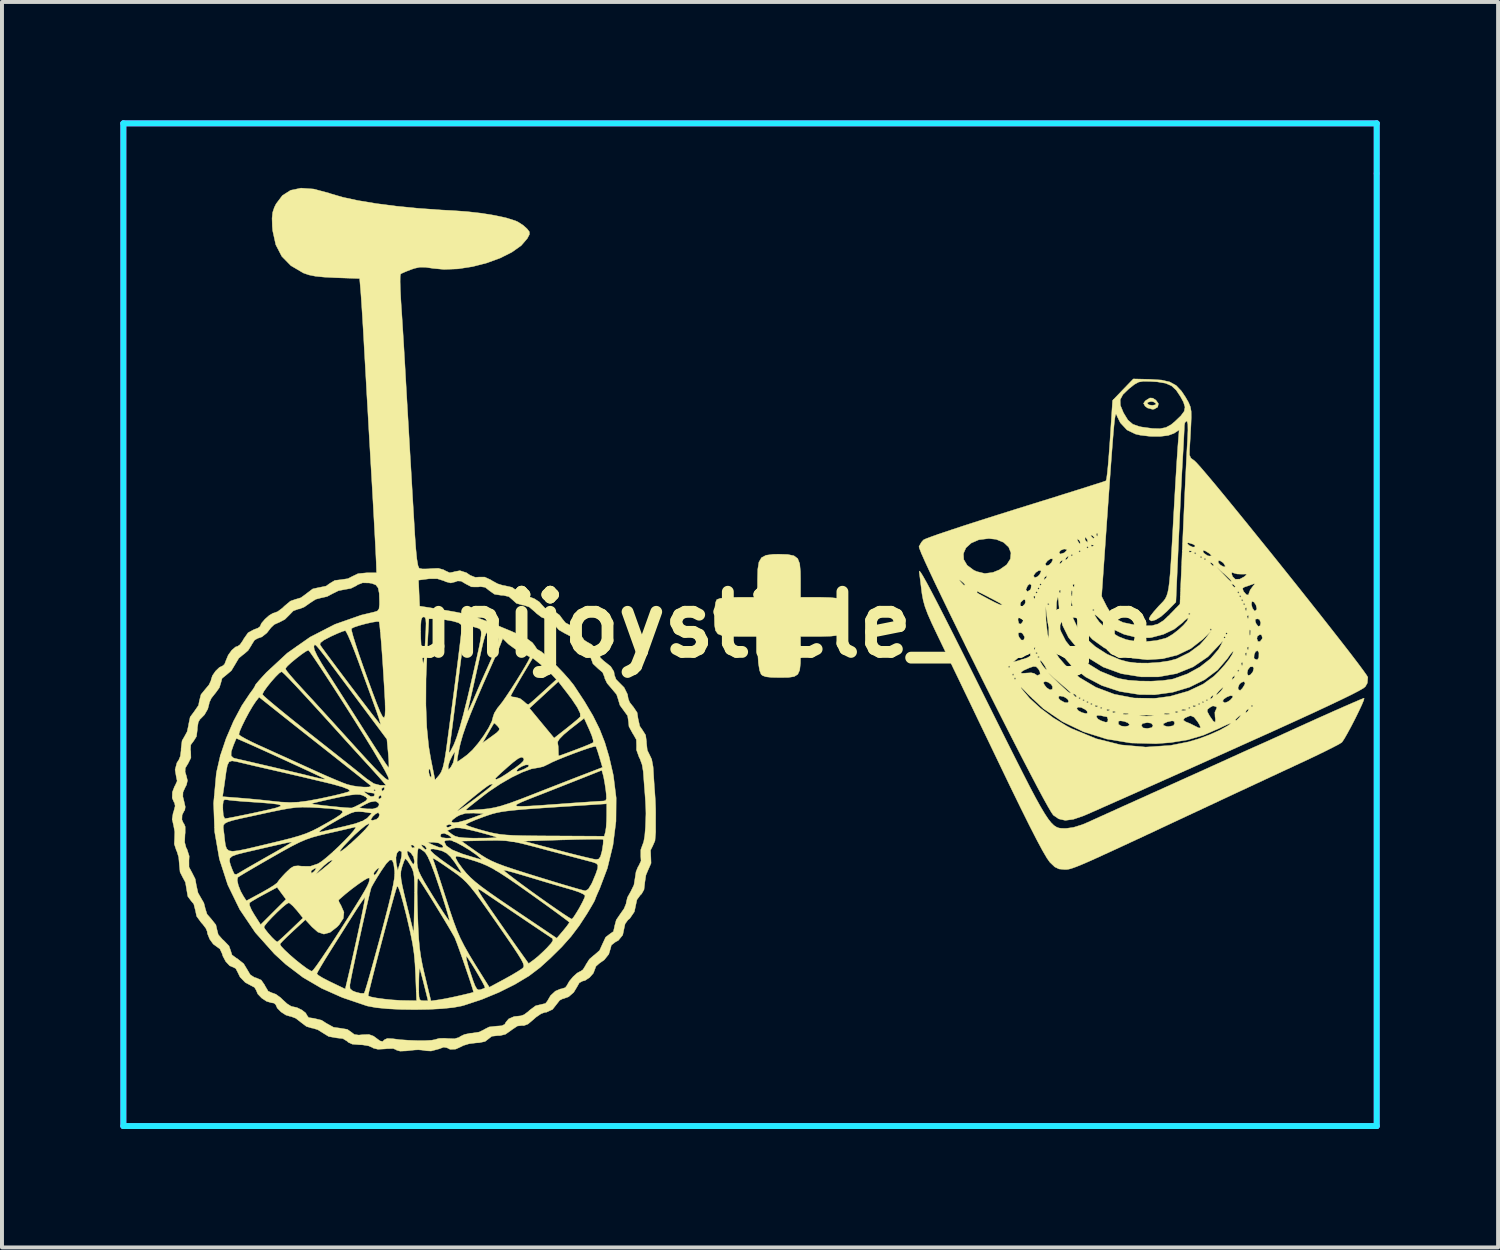
<source format=kicad_pcb>
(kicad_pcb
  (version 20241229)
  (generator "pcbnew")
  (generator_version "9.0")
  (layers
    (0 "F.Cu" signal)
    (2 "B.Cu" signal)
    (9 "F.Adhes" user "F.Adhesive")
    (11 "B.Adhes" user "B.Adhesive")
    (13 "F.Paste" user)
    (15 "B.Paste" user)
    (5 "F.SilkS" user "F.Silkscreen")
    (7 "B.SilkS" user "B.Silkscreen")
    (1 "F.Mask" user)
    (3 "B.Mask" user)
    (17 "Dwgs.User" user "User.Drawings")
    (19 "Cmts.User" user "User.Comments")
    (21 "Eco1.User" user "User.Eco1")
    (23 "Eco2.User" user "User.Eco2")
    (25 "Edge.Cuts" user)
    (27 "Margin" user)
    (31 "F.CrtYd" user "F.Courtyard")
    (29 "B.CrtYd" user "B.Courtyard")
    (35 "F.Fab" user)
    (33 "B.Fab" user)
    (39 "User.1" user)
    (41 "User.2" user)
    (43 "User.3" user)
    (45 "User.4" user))
  (footprint "unijoysticle_logo"
    (layer "F.Cu")
    (at 16.585 12.775)
    (property "Reference" "unijoysticle_logo" (at 0 0 0) (layer "F.SilkS") (effects (font (size 1.524 1.524) (thickness 0.3))))
    (attr through_hole)
    (fp_poly (pts (xy 9.568 -5.739) (xy 9.648 -5.687) (xy 9.711 -5.599) (xy 9.692 -5.513) (xy 9.602 -5.461) (xy 9.557 -5.457) (xy 9.436 -5.489) (xy 9.372 -5.537) (xy 9.335 -5.606) (xy 9.426 -5.606) (xy 9.468 -5.569) (xy 9.553 -5.556) (xy 9.637 -5.572) (xy 9.649 -5.606) (xy 9.579 -5.648) (xy 9.522 -5.655) (xy 9.443 -5.634) (xy 9.426 -5.606) (xy 9.335 -5.606) (xy 9.334 -5.607) (xy 9.375 -5.667) (xy 9.4 -5.686) (xy 9.495 -5.744) (xy 9.568 -5.739)) (stroke (width 0.01) (type solid)) (fill yes) (layer "F.SilkS"))
    (fp_poly (pts (xy 0.319 -1.779) (xy 0.476 -1.747) (xy 0.572 -1.676) (xy 0.623 -1.547) (xy 0.642 -1.347) (xy 0.645 -1.163) (xy 0.645 -0.695) (xy 1.131 -0.695) (xy 1.396 -0.688) (xy 1.579 -0.669) (xy 1.673 -0.638) (xy 1.677 -0.635) (xy 1.709 -0.552) (xy 1.73 -0.391) (xy 1.736 -0.198) (xy 1.728 0.014) (xy 1.706 0.168) (xy 1.677 0.238) (xy 1.592 0.27) (xy 1.416 0.29) (xy 1.159 0.298) (xy 1.131 0.298) (xy 0.645 0.298) (xy 0.645 0.723) (xy 0.642 0.979) (xy 0.623 1.152) (xy 0.574 1.258) (xy 0.483 1.314) (xy 0.336 1.336) (xy 0.128 1.339) (xy -0.092 1.335) (xy -0.234 1.319) (xy -0.319 1.288) (xy -0.354 1.258) (xy -0.393 1.158) (xy -0.423 0.973) (xy -0.439 0.737) (xy -0.456 0.298) (xy -0.901 0.298) (xy -1.162 0.294) (xy -1.34 0.277) (xy -1.45 0.232) (xy -1.51 0.148) (xy -1.533 0.013) (xy -1.538 -0.186) (xy -1.538 -0.19) (xy -1.53 -0.407) (xy -1.508 -0.563) (xy -1.478 -0.635) (xy -1.393 -0.667) (xy -1.218 -0.687) (xy -0.961 -0.694) (xy -0.933 -0.695) (xy -0.446 -0.695) (xy -0.446 -1.141) (xy -0.439 -1.405) (xy -0.41 -1.586) (xy -0.344 -1.699) (xy -0.23 -1.759) (xy -0.055 -1.783) (xy 0.088 -1.786) (xy 0.319 -1.779)) (stroke (width 0.01) (type solid)) (fill yes) (layer "F.SilkS"))
    (fp_poly (pts (xy 3.687 -1.326) (xy 3.745 -1.232) (xy 3.833 -1.076) (xy 3.952 -0.854) (xy 4.104 -0.562) (xy 4.291 -0.197) (xy 4.515 0.245) (xy 4.778 0.768) (xy 5.081 1.374) (xy 5.249 1.712) (xy 5.565 2.346) (xy 5.84 2.897) (xy 6.078 3.371) (xy 6.282 3.774) (xy 6.455 4.112) (xy 6.602 4.39) (xy 6.726 4.613) (xy 6.831 4.789) (xy 6.92 4.923) (xy 6.997 5.02) (xy 7.065 5.086) (xy 7.128 5.127) (xy 7.19 5.15) (xy 7.253 5.158) (xy 7.323 5.16) (xy 7.386 5.159) (xy 7.56 5.134) (xy 7.781 5.065) (xy 7.924 5.005) (xy 8.053 4.946) (xy 8.258 4.853) (xy 8.526 4.732) (xy 8.841 4.589) (xy 9.191 4.432) (xy 9.56 4.265) (xy 9.723 4.192) (xy 10.097 4.023) (xy 10.458 3.86) (xy 10.792 3.71) (xy 11.084 3.577) (xy 11.321 3.47) (xy 11.488 3.394) (xy 11.534 3.373) (xy 11.752 3.274) (xy 11.979 3.171) (xy 12.154 3.093) (xy 12.366 2.999) (xy 12.596 2.895) (xy 12.7 2.848) (xy 13.098 2.666) (xy 13.481 2.492) (xy 13.84 2.33) (xy 14.165 2.185) (xy 14.444 2.062) (xy 14.669 1.964) (xy 14.828 1.896) (xy 14.912 1.863) (xy 14.922 1.861) (xy 14.912 1.911) (xy 14.864 2.027) (xy 14.788 2.189) (xy 14.696 2.377) (xy 14.597 2.569) (xy 14.501 2.746) (xy 14.42 2.888) (xy 14.364 2.972) (xy 14.353 2.983) (xy 14.283 3.027) (xy 14.136 3.104) (xy 13.929 3.208) (xy 13.676 3.331) (xy 13.391 3.466) (xy 13.295 3.51) (xy 12.964 3.664) (xy 12.571 3.847) (xy 12.143 4.047) (xy 11.709 4.249) (xy 11.296 4.442) (xy 11.113 4.528) (xy 10.462 4.832) (xy 9.896 5.097) (xy 9.407 5.326) (xy 8.99 5.52) (xy 8.637 5.684) (xy 8.344 5.818) (xy 8.104 5.928) (xy 7.911 6.014) (xy 7.758 6.08) (xy 7.639 6.128) (xy 7.549 6.161) (xy 7.481 6.183) (xy 7.429 6.195) (xy 7.387 6.2) (xy 7.349 6.201) (xy 7.331 6.201) (xy 7.192 6.188) (xy 7.084 6.136) (xy 6.965 6.023) (xy 6.958 6.015) (xy 6.886 5.913) (xy 6.775 5.723) (xy 6.627 5.447) (xy 6.443 5.088) (xy 6.224 4.647) (xy 5.971 4.129) (xy 5.87 3.919) (xy 5.59 3.337) (xy 5.348 2.833) (xy 5.138 2.398) (xy 4.957 2.019) (xy 4.797 1.688) (xy 4.655 1.391) (xy 4.524 1.12) (xy 4.401 0.863) (xy 4.279 0.61) (xy 4.153 0.349) (xy 4.102 0.243) (xy 3.965 -0.046) (xy 3.866 -0.271) (xy 3.798 -0.453) (xy 3.752 -0.617) (xy 3.721 -0.783) (xy 3.701 -0.943) (xy 3.681 -1.107) (xy 3.656 -1.296) (xy 3.65 -1.339) (xy 3.656 -1.36) (xy 3.687 -1.326)) (stroke (width 0.01) (type solid)) (fill yes) (layer "F.SilkS"))
    (fp_poly (pts (xy 9.501 -6.216) (xy 9.786 -6.198) (xy 9.997 -6.15) (xy 10.158 -6.061) (xy 10.294 -5.918) (xy 10.398 -5.762) (xy 10.474 -5.629) (xy 10.519 -5.52) (xy 10.54 -5.405) (xy 10.542 -5.249) (xy 10.535 -5.069) (xy 10.523 -4.843) (xy 10.511 -4.628) (xy 10.5 -4.464) (xy 10.498 -4.437) (xy 10.497 -4.3) (xy 10.533 -4.219) (xy 10.62 -4.156) (xy 10.674 -4.104) (xy 10.784 -3.982) (xy 10.942 -3.797) (xy 11.142 -3.559) (xy 11.378 -3.273) (xy 11.644 -2.948) (xy 11.933 -2.593) (xy 12.24 -2.213) (xy 12.559 -1.819) (xy 12.882 -1.416) (xy 13.204 -1.013) (xy 13.518 -0.618) (xy 13.819 -0.238) (xy 14.099 0.118) (xy 14.354 0.444) (xy 14.576 0.73) (xy 14.759 0.97) (xy 14.897 1.156) (xy 14.985 1.28) (xy 15.015 1.331) (xy 15.003 1.478) (xy 14.951 1.57) (xy 14.9 1.61) (xy 14.785 1.676) (xy 14.604 1.77) (xy 14.352 1.893) (xy 14.028 2.047) (xy 13.628 2.234) (xy 13.148 2.454) (xy 12.585 2.71) (xy 11.936 3.002) (xy 11.485 3.205) (xy 10.932 3.453) (xy 10.399 3.692) (xy 9.895 3.917) (xy 9.427 4.126) (xy 9.003 4.316) (xy 8.63 4.481) (xy 8.317 4.62) (xy 8.072 4.729) (xy 7.901 4.804) (xy 7.817 4.84) (xy 7.555 4.93) (xy 7.351 4.957) (xy 7.185 4.919) (xy 7.048 4.825) (xy 7 4.756) (xy 6.913 4.608) (xy 6.792 4.39) (xy 6.642 4.11) (xy 6.467 3.776) (xy 6.27 3.397) (xy 6.056 2.981) (xy 5.83 2.537) (xy 5.595 2.073) (xy 5.356 1.597) (xy 5.353 1.592) (xy 6.225 1.592) (xy 6.243 1.621) (xy 6.448 1.866) (xy 6.725 2.119) (xy 7.048 2.36) (xy 7.395 2.571) (xy 7.514 2.633) (xy 8.135 2.888) (xy 8.758 3.044) (xy 9.386 3.1) (xy 10.018 3.058) (xy 10.468 2.969) (xy 10.733 2.89) (xy 11.008 2.787) (xy 11.261 2.674) (xy 11.462 2.563) (xy 11.534 2.512) (xy 11.539 2.497) (xy 11.469 2.522) (xy 11.338 2.582) (xy 11.25 2.625) (xy 10.852 2.798) (xy 10.454 2.916) (xy 10.023 2.986) (xy 9.649 3.014) (xy 9.014 2.997) (xy 8.399 2.896) (xy 7.817 2.714) (xy 7.386 2.507) (xy 8.695 2.507) (xy 8.704 2.527) (xy 8.768 2.566) (xy 8.865 2.579) (xy 8.95 2.564) (xy 8.958 2.555) (xy 9.277 2.555) (xy 9.321 2.614) (xy 9.426 2.629) (xy 9.544 2.607) (xy 9.575 2.555) (xy 9.571 2.55) (xy 9.836 2.55) (xy 9.92 2.577) (xy 9.971 2.58) (xy 10.09 2.558) (xy 10.12 2.505) (xy 10.109 2.448) (xy 10.056 2.435) (xy 9.937 2.461) (xy 9.934 2.462) (xy 9.839 2.506) (xy 9.836 2.55) (xy 9.571 2.55) (xy 9.53 2.496) (xy 9.426 2.48) (xy 9.308 2.503) (xy 9.277 2.555) (xy 8.958 2.555) (xy 8.979 2.531) (xy 8.938 2.486) (xy 8.845 2.449) (xy 8.748 2.434) (xy 8.699 2.446) (xy 8.695 2.507) (xy 7.386 2.507) (xy 7.278 2.455) (xy 7.092 2.327) (xy 8.136 2.327) (xy 8.177 2.388) (xy 8.248 2.429) (xy 8.367 2.47) (xy 8.421 2.464) (xy 8.432 2.415) (xy 10.34 2.415) (xy 10.395 2.457) (xy 10.397 2.458) (xy 10.513 2.505) (xy 10.616 2.557) (xy 10.736 2.616) (xy 10.78 2.611) (xy 10.754 2.539) (xy 10.704 2.457) (xy 10.614 2.343) (xy 10.534 2.307) (xy 10.492 2.314) (xy 10.375 2.364) (xy 10.34 2.415) (xy 8.432 2.415) (xy 8.434 2.406) (xy 8.413 2.34) (xy 8.396 2.331) (xy 8.323 2.319) (xy 8.27 2.306) (xy 9.225 2.306) (xy 9.272 2.313) (xy 9.399 2.316) (xy 9.401 2.316) (xy 9.533 2.314) (xy 9.591 2.306) (xy 9.563 2.296) (xy 9.412 2.288) (xy 9.265 2.296) (xy 9.225 2.306) (xy 8.27 2.306) (xy 8.248 2.3) (xy 8.158 2.297) (xy 8.136 2.327) (xy 7.092 2.327) (xy 7.004 2.267) (xy 8.812 2.267) (xy 8.88 2.274) (xy 8.943 2.267) (xy 9.854 2.267) (xy 9.922 2.274) (xy 9.992 2.266) (xy 9.984 2.249) (xy 9.882 2.243) (xy 9.86 2.249) (xy 9.854 2.267) (xy 8.943 2.267) (xy 8.951 2.266) (xy 8.942 2.249) (xy 8.841 2.243) (xy 8.818 2.249) (xy 8.812 2.267) (xy 7.004 2.267) (xy 6.797 2.126) (xy 7.64 2.126) (xy 7.681 2.178) (xy 7.773 2.226) (xy 7.868 2.25) (xy 7.908 2.244) (xy 7.909 2.199) (xy 7.909 2.199) (xy 8.549 2.199) (xy 8.556 2.229) (xy 8.582 2.232) (xy 8.623 2.214) (xy 8.615 2.199) (xy 10.137 2.199) (xy 10.144 2.229) (xy 10.17 2.232) (xy 10.211 2.214) (xy 10.203 2.199) (xy 10.153 2.194) (xy 10.946 2.194) (xy 10.99 2.28) (xy 11.015 2.322) (xy 11.098 2.442) (xy 11.146 2.472) (xy 11.157 2.412) (xy 11.658 2.412) (xy 11.682 2.427) (xy 11.748 2.363) (xy 11.764 2.344) (xy 11.807 2.285) (xy 11.781 2.298) (xy 11.745 2.325) (xy 11.676 2.387) (xy 11.658 2.412) (xy 11.157 2.412) (xy 11.157 2.412) (xy 11.145 2.334) (xy 11.14 2.229) (xy 11.918 2.229) (xy 11.925 2.232) (xy 11.97 2.197) (xy 11.981 2.183) (xy 11.993 2.136) (xy 11.987 2.133) (xy 11.941 2.168) (xy 11.931 2.183) (xy 11.918 2.229) (xy 11.14 2.229) (xy 11.14 2.218) (xy 11.168 2.154) (xy 11.192 2.101) (xy 11.171 2.072) (xy 11.102 2.059) (xy 12.055 2.059) (xy 12.08 2.084) (xy 12.105 2.059) (xy 12.08 2.034) (xy 12.055 2.059) (xy 11.102 2.059) (xy 11.09 2.056) (xy 11.02 2.093) (xy 10.956 2.144) (xy 10.946 2.194) (xy 10.153 2.194) (xy 10.144 2.193) (xy 10.137 2.199) (xy 8.615 2.199) (xy 8.557 2.193) (xy 8.549 2.199) (xy 7.909 2.199) (xy 7.861 2.15) (xy 7.86 2.15) (xy 8.401 2.15) (xy 8.407 2.179) (xy 8.434 2.183) (xy 8.46 2.171) (xy 10.291 2.171) (xy 10.339 2.179) (xy 10.404 2.17) (xy 10.405 2.153) (xy 10.338 2.141) (xy 10.309 2.149) (xy 10.291 2.171) (xy 8.46 2.171) (xy 8.474 2.165) (xy 8.467 2.15) (xy 8.408 2.144) (xy 8.401 2.15) (xy 7.86 2.15) (xy 7.78 2.108) (xy 8.235 2.108) (xy 8.26 2.133) (xy 8.285 2.108) (xy 10.468 2.108) (xy 10.492 2.133) (xy 10.517 2.108) (xy 10.492 2.084) (xy 10.468 2.108) (xy 8.285 2.108) (xy 8.26 2.084) (xy 8.235 2.108) (xy 7.78 2.108) (xy 7.755 2.096) (xy 7.671 2.088) (xy 7.64 2.126) (xy 6.797 2.126) (xy 6.794 2.123) (xy 6.716 2.051) (xy 8.103 2.051) (xy 8.11 2.08) (xy 8.136 2.084) (xy 8.177 2.065) (xy 8.169 2.051) (xy 10.583 2.051) (xy 10.59 2.08) (xy 10.616 2.084) (xy 10.657 2.065) (xy 10.649 2.051) (xy 10.591 2.045) (xy 10.583 2.051) (xy 8.169 2.051) (xy 8.11 2.045) (xy 8.103 2.051) (xy 6.716 2.051) (xy 6.672 2.009) (xy 7.987 2.009) (xy 8.012 2.034) (xy 8.037 2.009) (xy 10.716 2.009) (xy 10.74 2.034) (xy 10.765 2.009) (xy 10.74 1.984) (xy 10.716 2.009) (xy 8.037 2.009) (xy 8.012 1.984) (xy 7.987 2.009) (xy 6.672 2.009) (xy 6.516 1.863) (xy 7.18 1.863) (xy 7.228 1.913) (xy 7.335 1.971) (xy 7.415 1.977) (xy 7.426 1.96) (xy 7.888 1.96) (xy 7.913 1.984) (xy 7.938 1.96) (xy 10.815 1.96) (xy 10.84 1.984) (xy 10.864 1.96) (xy 10.842 1.937) (xy 11.338 1.937) (xy 11.34 1.942) (xy 11.391 1.98) (xy 11.472 1.95) (xy 11.531 1.909) (xy 11.591 1.842) (xy 11.592 1.803) (xy 11.532 1.797) (xy 11.443 1.832) (xy 11.365 1.886) (xy 11.338 1.937) (xy 10.842 1.937) (xy 10.84 1.935) (xy 10.815 1.96) (xy 7.938 1.96) (xy 7.913 1.935) (xy 7.888 1.96) (xy 7.426 1.96) (xy 7.441 1.937) (xy 7.424 1.91) (xy 7.789 1.91) (xy 7.813 1.935) (xy 7.838 1.91) (xy 10.914 1.91) (xy 10.939 1.935) (xy 10.964 1.91) (xy 10.939 1.885) (xy 10.914 1.91) (xy 7.838 1.91) (xy 7.813 1.885) (xy 7.789 1.91) (xy 7.424 1.91) (xy 7.4 1.874) (xy 7.376 1.86) (xy 7.689 1.86) (xy 7.714 1.885) (xy 7.717 1.882) (xy 11.025 1.882) (xy 11.032 1.885) (xy 11.078 1.85) (xy 11.088 1.836) (xy 11.1 1.789) (xy 11.094 1.786) (xy 11.172 1.786) (xy 11.219 1.753) (xy 11.286 1.687) (xy 11.343 1.615) (xy 11.348 1.599) (xy 11.726 1.599) (xy 11.736 1.642) (xy 11.782 1.666) (xy 11.839 1.61) (xy 11.893 1.522) (xy 11.906 1.479) (xy 11.877 1.44) (xy 11.809 1.464) (xy 11.759 1.511) (xy 11.726 1.599) (xy 11.348 1.599) (xy 11.351 1.587) (xy 11.303 1.62) (xy 11.237 1.687) (xy 11.179 1.759) (xy 11.172 1.786) (xy 11.094 1.786) (xy 11.048 1.821) (xy 11.038 1.836) (xy 11.025 1.882) (xy 7.717 1.882) (xy 7.739 1.86) (xy 7.714 1.836) (xy 7.689 1.86) (xy 7.376 1.86) (xy 7.309 1.822) (xy 7.217 1.805) (xy 7.189 1.813) (xy 7.18 1.863) (xy 6.516 1.863) (xy 6.42 1.773) (xy 6.398 1.751) (xy 7.549 1.751) (xy 7.561 1.778) (xy 7.611 1.832) (xy 7.639 1.821) (xy 7.64 1.814) (xy 7.605 1.772) (xy 7.583 1.756) (xy 7.549 1.751) (xy 6.398 1.751) (xy 6.307 1.655) (xy 6.24 1.592) (xy 6.225 1.592) (xy 5.353 1.592) (xy 5.293 1.472) (xy 6.796 1.472) (xy 6.826 1.53) (xy 6.88 1.597) (xy 6.963 1.651) (xy 7.022 1.635) (xy 7.029 1.57) (xy 6.997 1.515) (xy 6.921 1.458) (xy 6.841 1.438) (xy 6.797 1.463) (xy 6.796 1.472) (xy 5.293 1.472) (xy 5.239 1.364) (xy 6.052 1.364) (xy 6.077 1.389) (xy 6.102 1.364) (xy 6.077 1.339) (xy 6.052 1.364) (xy 5.239 1.364) (xy 5.19 1.265) (xy 6.003 1.265) (xy 6.028 1.29) (xy 6.052 1.265) (xy 6.028 1.24) (xy 6.003 1.265) (xy 5.19 1.265) (xy 5.161 1.208) (xy 6.225 1.208) (xy 6.246 1.232) (xy 6.355 1.226) (xy 6.361 1.225) (xy 6.488 1.218) (xy 6.568 1.236) (xy 6.575 1.244) (xy 6.644 1.288) (xy 6.712 1.256) (xy 6.715 1.252) (xy 6.711 1.215) (xy 6.912 1.215) (xy 7.179 1.476) (xy 7.311 1.601) (xy 7.416 1.693) (xy 7.475 1.735) (xy 7.478 1.736) (xy 7.48 1.712) (xy 7.464 1.695) (xy 7.404 1.643) (xy 7.294 1.547) (xy 7.164 1.434) (xy 6.912 1.215) (xy 6.711 1.215) (xy 6.707 1.187) (xy 6.67 1.121) (xy 6.613 1.063) (xy 6.542 1.058) (xy 6.439 1.093) (xy 6.291 1.159) (xy 6.225 1.208) (xy 5.161 1.208) (xy 5.116 1.118) (xy 5.091 1.067) (xy 5.904 1.067) (xy 5.928 1.091) (xy 5.953 1.067) (xy 5.928 1.042) (xy 5.904 1.067) (xy 5.091 1.067) (xy 5.032 0.947) (xy 6.028 0.947) (xy 6.152 0.914) (xy 6.219 0.893) (xy 6.713 0.893) (xy 6.714 0.927) (xy 6.762 1.012) (xy 6.81 1.079) (xy 6.866 1.139) (xy 6.875 1.123) (xy 6.835 1.045) (xy 6.817 1.017) (xy 6.753 0.929) (xy 6.713 0.893) (xy 6.219 0.893) (xy 6.298 0.869) (xy 6.389 0.837) (xy 6.421 0.819) (xy 6.648 0.819) (xy 6.672 0.843) (xy 6.697 0.819) (xy 6.672 0.794) (xy 6.648 0.819) (xy 6.421 0.819) (xy 6.468 0.792) (xy 6.464 0.724) (xy 6.461 0.719) (xy 6.598 0.719) (xy 6.623 0.744) (xy 6.648 0.719) (xy 6.623 0.695) (xy 6.598 0.719) (xy 6.461 0.719) (xy 6.449 0.695) (xy 6.385 0.615) (xy 6.326 0.599) (xy 6.3 0.655) (xy 6.266 0.725) (xy 6.18 0.818) (xy 6.164 0.832) (xy 6.028 0.947) (xy 5.032 0.947) (xy 4.881 0.645) (xy 4.857 0.595) (xy 6.548 0.595) (xy 6.567 0.636) (xy 6.582 0.628) (xy 6.587 0.57) (xy 6.582 0.562) (xy 6.552 0.569) (xy 6.548 0.595) (xy 4.857 0.595) (xy 4.783 0.446) (xy 6.499 0.446) (xy 6.517 0.487) (xy 6.532 0.48) (xy 6.538 0.421) (xy 6.532 0.413) (xy 6.502 0.42) (xy 6.499 0.446) (xy 4.783 0.446) (xy 4.691 0.259) (xy 6.16 0.259) (xy 6.182 0.318) (xy 6.237 0.388) (xy 6.295 0.39) (xy 6.32 0.328) (xy 6.315 0.298) (xy 6.265 0.217) (xy 6.22 0.198) (xy 6.162 0.208) (xy 6.16 0.259) (xy 4.691 0.259) (xy 4.654 0.185) (xy 4.505 -0.12) (xy 6.152 -0.12) (xy 6.175 -0.029) (xy 6.225 -0.016) (xy 6.273 -0.074) (xy 6.466 -0.074) (xy 6.468 0.083) (xy 6.473 0.167) (xy 6.481 0.168) (xy 6.485 0.138) (xy 6.493 -0.038) (xy 6.488 -0.231) (xy 6.486 -0.259) (xy 6.477 -0.312) (xy 6.471 -0.274) (xy 6.467 -0.156) (xy 6.466 -0.074) (xy 6.273 -0.074) (xy 6.275 -0.077) (xy 6.291 -0.14) (xy 6.277 -0.23) (xy 6.229 -0.248) (xy 6.166 -0.205) (xy 6.152 -0.12) (xy 4.505 -0.12) (xy 4.44 -0.252) (xy 4.243 -0.659) (xy 4.102 -0.952) (xy 4.887 -0.952) (xy 4.953 -0.904) (xy 5.08 -0.828) (xy 5.241 -0.737) (xy 5.411 -0.645) (xy 5.566 -0.565) (xy 5.681 -0.512) (xy 5.726 -0.497) (xy 5.754 -0.509) (xy 5.751 -0.512) (xy 5.733 -0.523) (xy 6.209 -0.523) (xy 6.22 -0.458) (xy 6.258 -0.457) (xy 6.273 -0.471) (xy 6.853 -0.471) (xy 6.863 -0.099) (xy 6.902 0.244) (xy 7.007 0.547) (xy 7.188 0.835) (xy 7.34 1.012) (xy 7.705 1.335) (xy 8.128 1.586) (xy 8.595 1.762) (xy 9.091 1.857) (xy 9.6 1.869) (xy 10.012 1.813) (xy 10.463 1.684) (xy 10.845 1.504) (xy 11.007 1.386) (xy 11.571 1.386) (xy 11.578 1.389) (xy 11.623 1.354) (xy 11.633 1.339) (xy 11.646 1.293) (xy 11.639 1.29) (xy 11.594 1.325) (xy 11.584 1.339) (xy 11.571 1.386) (xy 11.007 1.386) (xy 11.114 1.308) (xy 11.196 1.228) (xy 11.957 1.228) (xy 11.981 1.285) (xy 12.04 1.271) (xy 12.103 1.194) (xy 12.128 1.101) (xy 12.099 1.063) (xy 12.033 1.069) (xy 11.977 1.14) (xy 11.957 1.228) (xy 11.196 1.228) (xy 11.259 1.166) (xy 11.708 1.166) (xy 11.733 1.191) (xy 11.757 1.166) (xy 11.733 1.141) (xy 11.708 1.166) (xy 11.259 1.166) (xy 11.26 1.164) (xy 11.4 1.006) (xy 11.411 0.992) (xy 11.807 0.992) (xy 11.825 1.033) (xy 11.84 1.025) (xy 11.846 0.966) (xy 11.84 0.959) (xy 11.811 0.966) (xy 11.807 0.992) (xy 11.411 0.992) (xy 11.516 0.856) (xy 11.525 0.84) (xy 12.131 0.84) (xy 12.143 0.865) (xy 12.213 0.891) (xy 12.253 0.834) (xy 12.254 0.819) (xy 12.256 0.729) (xy 12.257 0.708) (xy 12.224 0.661) (xy 12.214 0.657) (xy 12.169 0.683) (xy 12.136 0.76) (xy 12.131 0.84) (xy 11.525 0.84) (xy 11.585 0.744) (xy 11.906 0.744) (xy 11.924 0.785) (xy 11.939 0.777) (xy 11.945 0.718) (xy 11.939 0.711) (xy 11.91 0.718) (xy 11.906 0.744) (xy 11.585 0.744) (xy 11.59 0.735) (xy 11.609 0.679) (xy 11.585 0.688) (xy 11.522 0.763) (xy 11.456 0.859) (xy 11.206 1.15) (xy 10.881 1.394) (xy 10.498 1.583) (xy 10.071 1.712) (xy 9.617 1.774) (xy 9.231 1.77) (xy 8.733 1.691) (xy 8.276 1.54) (xy 7.869 1.325) (xy 7.52 1.052) (xy 7.238 0.728) (xy 7.032 0.362) (xy 6.91 -0.041) (xy 6.894 -0.143) (xy 6.883 -0.231) (xy 7.121 -0.231) (xy 7.202 0.096) (xy 7.363 0.412) (xy 7.596 0.705) (xy 7.891 0.965) (xy 8.24 1.18) (xy 8.634 1.34) (xy 8.716 1.364) (xy 8.939 1.405) (xy 9.221 1.427) (xy 9.526 1.431) (xy 9.816 1.415) (xy 10.054 1.381) (xy 10.096 1.371) (xy 10.444 1.246) (xy 10.764 1.07) (xy 11.033 0.859) (xy 11.233 0.626) (xy 11.251 0.595) (xy 11.956 0.595) (xy 11.974 0.636) (xy 11.989 0.628) (xy 11.995 0.57) (xy 11.989 0.562) (xy 11.959 0.569) (xy 11.956 0.595) (xy 11.251 0.595) (xy 11.293 0.521) (xy 11.337 0.427) (xy 11.335 0.414) (xy 11.288 0.471) (xy 10.965 0.812) (xy 10.591 1.068) (xy 10.169 1.239) (xy 9.706 1.322) (xy 9.277 1.322) (xy 8.77 1.24) (xy 8.313 1.073) (xy 7.909 0.824) (xy 7.672 0.615) (xy 7.433 0.323) (xy 7.28 0.012) (xy 7.202 -0.344) (xy 7.195 -0.421) (xy 7.193 -0.446) (xy 7.496 -0.446) (xy 7.537 -0.186) (xy 7.662 0.077) (xy 7.858 0.329) (xy 8.112 0.556) (xy 8.41 0.747) (xy 8.739 0.888) (xy 8.938 0.942) (xy 9.165 0.97) (xy 9.439 0.973) (xy 9.723 0.955) (xy 9.982 0.917) (xy 10.17 0.866) (xy 10.494 0.706) (xy 10.76 0.509) (xy 10.903 0.351) (xy 12.204 0.351) (xy 12.23 0.424) (xy 12.285 0.426) (xy 12.335 0.362) (xy 12.344 0.331) (xy 12.323 0.26) (xy 12.282 0.248) (xy 12.218 0.29) (xy 12.204 0.351) (xy 10.903 0.351) (xy 10.907 0.347) (xy 10.925 0.322) (xy 11.361 0.322) (xy 11.385 0.347) (xy 11.41 0.322) (xy 11.385 0.298) (xy 11.361 0.322) (xy 10.925 0.322) (xy 10.998 0.223) (xy 11.41 0.223) (xy 11.435 0.248) (xy 11.46 0.223) (xy 11.435 0.198) (xy 12.013 0.198) (xy 12.021 0.269) (xy 12.038 0.26) (xy 12.045 0.159) (xy 12.038 0.136) (xy 12.02 0.13) (xy 12.013 0.198) (xy 11.435 0.198) (xy 11.41 0.223) (xy 10.998 0.223) (xy 11.035 0.174) (xy 10.838 0.366) (xy 10.531 0.605) (xy 10.186 0.77) (xy 9.814 0.863) (xy 9.431 0.887) (xy 9.048 0.847) (xy 8.68 0.746) (xy 8.339 0.586) (xy 8.039 0.371) (xy 7.794 0.104) (xy 7.616 -0.212) (xy 7.608 -0.236) (xy 8.097 -0.236) (xy 8.156 -0.144) (xy 8.209 -0.071) (xy 8.421 0.134) (xy 8.704 0.303) (xy 8.896 0.378) (xy 9.122 0.421) (xy 9.392 0.428) (xy 9.663 0.401) (xy 9.893 0.342) (xy 9.942 0.321) (xy 10.073 0.242) (xy 10.215 0.132) (xy 10.224 0.124) (xy 11.013 0.124) (xy 11.038 0.149) (xy 11.063 0.124) (xy 11.038 0.099) (xy 11.013 0.124) (xy 10.224 0.124) (xy 10.344 0.013) (xy 10.433 -0.09) (xy 12.163 -0.09) (xy 12.184 -0.029) (xy 12.238 0.043) (xy 12.287 0.026) (xy 12.303 -0.05) (xy 12.272 -0.13) (xy 12.229 -0.149) (xy 12.166 -0.14) (xy 12.163 -0.09) (xy 10.433 -0.09) (xy 10.436 -0.094) (xy 10.468 -0.162) (xy 10.438 -0.159) (xy 10.365 -0.097) (xy 10.323 -0.054) (xy 10.112 0.113) (xy 9.837 0.244) (xy 9.534 0.324) (xy 9.48 0.331) (xy 9.168 0.325) (xy 8.842 0.245) (xy 8.539 0.103) (xy 8.306 -0.076) (xy 8.174 -0.202) (xy 8.103 -0.255) (xy 8.097 -0.236) (xy 7.608 -0.236) (xy 7.565 -0.372) (xy 8.037 -0.372) (xy 8.062 -0.347) (xy 8.086 -0.372) (xy 8.062 -0.397) (xy 8.037 -0.372) (xy 7.565 -0.372) (xy 7.545 -0.433) (xy 7.501 -0.62) (xy 7.496 -0.446) (xy 7.193 -0.446) (xy 7.18 -0.598) (xy 7.168 -0.685) (xy 7.157 -0.69) (xy 7.141 -0.62) (xy 7.13 -0.559) (xy 7.121 -0.231) (xy 6.883 -0.231) (xy 6.853 -0.471) (xy 6.273 -0.471) (xy 6.324 -0.52) (xy 6.325 -0.521) (xy 6.896 -0.521) (xy 6.921 -0.496) (xy 6.945 -0.521) (xy 6.921 -0.546) (xy 6.896 -0.521) (xy 6.325 -0.521) (xy 6.342 -0.568) (xy 6.332 -0.633) (xy 6.293 -0.634) (xy 6.227 -0.572) (xy 6.209 -0.523) (xy 5.733 -0.523) (xy 5.688 -0.551) (xy 5.57 -0.616) (xy 5.421 -0.695) (xy 6.548 -0.695) (xy 6.567 -0.654) (xy 6.582 -0.661) (xy 6.587 -0.719) (xy 8.271 -0.719) (xy 8.402 -0.459) (xy 8.519 -0.264) (xy 8.648 -0.136) (xy 8.817 -0.056) (xy 9.055 -0.006) (xy 9.086 -0.002) (xy 9.351 0.027) (xy 9.547 0.024) (xy 9.701 -0.019) (xy 9.842 -0.108) (xy 9.937 -0.198) (xy 11.956 -0.198) (xy 11.974 -0.158) (xy 11.989 -0.165) (xy 11.995 -0.224) (xy 11.989 -0.232) (xy 11.959 -0.225) (xy 11.956 -0.198) (xy 9.937 -0.198) (xy 9.996 -0.253) (xy 10.002 -0.26) (xy 10.014 -0.273) (xy 10.468 -0.273) (xy 10.492 -0.248) (xy 10.517 -0.273) (xy 10.492 -0.298) (xy 10.468 -0.273) (xy 10.014 -0.273) (xy 10.134 -0.397) (xy 11.906 -0.397) (xy 11.924 -0.356) (xy 11.939 -0.364) (xy 11.945 -0.423) (xy 11.939 -0.43) (xy 11.91 -0.423) (xy 11.906 -0.397) (xy 10.134 -0.397) (xy 10.254 -0.521) (xy 11.857 -0.521) (xy 11.881 -0.496) (xy 11.903 -0.517) (xy 12.065 -0.517) (xy 12.09 -0.424) (xy 12.136 -0.356) (xy 12.158 -0.347) (xy 12.2 -0.386) (xy 12.203 -0.409) (xy 12.181 -0.499) (xy 12.133 -0.571) (xy 12.085 -0.59) (xy 12.078 -0.585) (xy 12.065 -0.517) (xy 11.903 -0.517) (xy 11.906 -0.521) (xy 11.881 -0.546) (xy 11.857 -0.521) (xy 10.254 -0.521) (xy 10.256 -0.523) (xy 10.26 -0.62) (xy 11.807 -0.62) (xy 11.832 -0.595) (xy 11.857 -0.62) (xy 11.832 -0.645) (xy 11.807 -0.62) (xy 10.26 -0.62) (xy 10.264 -0.719) (xy 11.757 -0.719) (xy 11.782 -0.695) (xy 11.807 -0.719) (xy 11.782 -0.744) (xy 11.757 -0.719) (xy 10.264 -0.719) (xy 10.269 -0.819) (xy 11.708 -0.819) (xy 11.733 -0.794) (xy 11.757 -0.819) (xy 11.733 -0.843) (xy 11.708 -0.819) (xy 10.269 -0.819) (xy 10.273 -0.923) (xy 11.841 -0.923) (xy 11.861 -0.855) (xy 11.871 -0.838) (xy 11.94 -0.759) (xy 11.991 -0.753) (xy 12.005 -0.802) (xy 12.036 -0.881) (xy 12.092 -0.959) (xy 12.149 -1.029) (xy 12.137 -1.04) (xy 12.08 -1.02) (xy 11.956 -0.975) (xy 11.897 -0.957) (xy 11.841 -0.923) (xy 10.273 -0.923) (xy 10.277 -1.028) (xy 11.567 -1.028) (xy 11.579 -1) (xy 11.629 -0.947) (xy 11.658 -0.958) (xy 11.658 -0.964) (xy 11.623 -1.006) (xy 11.601 -1.022) (xy 11.567 -1.028) (xy 10.277 -1.028) (xy 10.29 -1.316) (xy 10.296 -1.463) (xy 11.187 -1.463) (xy 11.358 -1.277) (xy 11.472 -1.156) (xy 11.535 -1.1) (xy 11.558 -1.098) (xy 11.559 -1.106) (xy 11.526 -1.146) (xy 11.441 -1.229) (xy 11.373 -1.293) (xy 11.334 -1.328) (xy 11.567 -1.328) (xy 11.568 -1.28) (xy 11.589 -1.219) (xy 11.659 -1.151) (xy 11.773 -1.155) (xy 11.884 -1.215) (xy 11.943 -1.266) (xy 11.925 -1.283) (xy 11.83 -1.28) (xy 11.703 -1.285) (xy 11.62 -1.308) (xy 11.567 -1.328) (xy 11.334 -1.328) (xy 11.187 -1.463) (xy 10.296 -1.463) (xy 10.301 -1.573) (xy 11.021 -1.573) (xy 11.033 -1.546) (xy 11.083 -1.492) (xy 11.112 -1.503) (xy 11.113 -1.51) (xy 11.077 -1.552) (xy 11.055 -1.567) (xy 11.021 -1.573) (xy 10.301 -1.573) (xy 10.303 -1.618) (xy 11.225 -1.618) (xy 11.23 -1.564) (xy 11.283 -1.51) (xy 11.375 -1.462) (xy 11.406 -1.483) (xy 11.362 -1.557) (xy 11.346 -1.573) (xy 11.269 -1.623) (xy 11.225 -1.618) (xy 10.303 -1.618) (xy 10.305 -1.662) (xy 10.864 -1.662) (xy 10.889 -1.637) (xy 10.914 -1.662) (xy 10.889 -1.687) (xy 10.864 -1.662) (xy 10.305 -1.662) (xy 10.307 -1.712) (xy 10.765 -1.712) (xy 10.79 -1.687) (xy 10.815 -1.712) (xy 10.79 -1.736) (xy 10.765 -1.712) (xy 10.307 -1.712) (xy 10.311 -1.811) (xy 10.616 -1.811) (xy 10.641 -1.786) (xy 10.666 -1.811) (xy 10.641 -1.836) (xy 10.616 -1.811) (xy 10.311 -1.811) (xy 10.313 -1.869) (xy 10.484 -1.869) (xy 10.491 -1.839) (xy 10.517 -1.836) (xy 10.558 -1.854) (xy 10.55 -1.869) (xy 10.491 -1.875) (xy 10.484 -1.869) (xy 10.313 -1.869) (xy 10.314 -1.88) (xy 10.839 -1.88) (xy 10.845 -1.838) (xy 10.864 -1.811) (xy 10.955 -1.748) (xy 11.007 -1.738) (xy 11.055 -1.748) (xy 11.023 -1.787) (xy 10.991 -1.812) (xy 10.894 -1.872) (xy 10.839 -1.88) (xy 10.314 -1.88) (xy 10.321 -2.055) (xy 10.322 -2.067) (xy 10.434 -2.067) (xy 10.476 -2.018) (xy 10.487 -2.009) (xy 10.579 -1.966) (xy 10.633 -1.97) (xy 10.638 -2.009) (xy 10.588 -2.039) (xy 10.474 -2.075) (xy 10.434 -2.067) (xy 10.322 -2.067) (xy 10.351 -2.718) (xy 10.377 -3.301) (xy 10.401 -3.799) (xy 10.421 -4.21) (xy 10.438 -4.527) (xy 10.447 -4.676) (xy 10.458 -4.924) (xy 10.455 -5.081) (xy 10.436 -5.153) (xy 10.423 -5.159) (xy 10.38 -5.117) (xy 10.368 -5.048) (xy 10.365 -4.961) (xy 10.357 -4.796) (xy 10.346 -4.571) (xy 10.331 -4.306) (xy 10.322 -4.142) (xy 10.306 -3.869) (xy 10.288 -3.521) (xy 10.268 -3.121) (xy 10.248 -2.695) (xy 10.228 -2.267) (xy 10.214 -1.96) (xy 10.153 -0.571) (xy 9.921 -0.335) (xy 9.773 -0.205) (xy 9.639 -0.123) (xy 9.536 -0.094) (xy 9.481 -0.126) (xy 9.475 -0.156) (xy 9.507 -0.219) (xy 9.592 -0.328) (xy 9.71 -0.462) (xy 9.718 -0.471) (xy 9.783 -0.538) (xy 9.837 -0.595) (xy 9.881 -0.653) (xy 9.916 -0.721) (xy 9.945 -0.81) (xy 9.969 -0.928) (xy 9.989 -1.087) (xy 10.008 -1.296) (xy 10.027 -1.564) (xy 10.047 -1.903) (xy 10.071 -2.322) (xy 10.096 -2.778) (xy 10.118 -3.156) (xy 10.139 -3.526) (xy 10.16 -3.867) (xy 10.178 -4.163) (xy 10.194 -4.393) (xy 10.202 -4.513) (xy 10.235 -4.933) (xy 10.105 -4.848) (xy 9.961 -4.795) (xy 9.751 -4.769) (xy 9.504 -4.771) (xy 9.252 -4.801) (xy 9.13 -4.829) (xy 8.915 -4.933) (xy 8.746 -5.114) (xy 8.667 -5.273) (xy 8.655 -5.306) (xy 8.644 -5.328) (xy 8.634 -5.333) (xy 8.623 -5.314) (xy 8.612 -5.265) (xy 8.6 -5.179) (xy 8.586 -5.051) (xy 8.57 -4.874) (xy 8.551 -4.641) (xy 8.528 -4.346) (xy 8.501 -3.983) (xy 8.47 -3.545) (xy 8.433 -3.027) (xy 8.39 -2.42) (xy 8.351 -1.86) (xy 8.271 -0.719) (xy 6.587 -0.719) (xy 6.587 -0.72) (xy 6.582 -0.728) (xy 6.552 -0.721) (xy 6.548 -0.695) (xy 5.421 -0.695) (xy 5.418 -0.696) (xy 5.254 -0.78) (xy 5.178 -0.819) (xy 6.598 -0.819) (xy 6.623 -0.794) (xy 7.499 -0.794) (xy 7.507 -0.723) (xy 7.524 -0.732) (xy 7.53 -0.833) (xy 7.524 -0.856) (xy 7.506 -0.862) (xy 7.499 -0.794) (xy 6.623 -0.794) (xy 6.648 -0.819) (xy 6.623 -0.843) (xy 7.193 -0.843) (xy 7.212 -0.803) (xy 7.226 -0.81) (xy 7.232 -0.869) (xy 7.226 -0.876) (xy 7.197 -0.87) (xy 7.193 -0.843) (xy 6.623 -0.843) (xy 6.598 -0.819) (xy 5.178 -0.819) (xy 5.098 -0.858) (xy 5.036 -0.888) (xy 6.353 -0.888) (xy 6.385 -0.845) (xy 6.401 -0.843) (xy 6.461 -0.883) (xy 6.481 -0.918) (xy 6.648 -0.918) (xy 6.672 -0.893) (xy 6.697 -0.918) (xy 6.672 -0.943) (xy 6.648 -0.918) (xy 6.481 -0.918) (xy 6.482 -0.92) (xy 6.49 -1.005) (xy 6.476 -1.017) (xy 6.697 -1.017) (xy 6.722 -0.992) (xy 7.541 -0.992) (xy 7.559 -0.951) (xy 7.574 -0.959) (xy 7.58 -1.018) (xy 7.574 -1.025) (xy 7.544 -1.018) (xy 7.541 -0.992) (xy 6.722 -0.992) (xy 6.747 -1.017) (xy 6.722 -1.042) (xy 6.697 -1.017) (xy 6.476 -1.017) (xy 6.453 -1.036) (xy 6.398 -0.991) (xy 6.353 -0.888) (xy 5.036 -0.888) (xy 4.972 -0.919) (xy 4.897 -0.952) (xy 4.887 -0.952) (xy 4.102 -0.952) (xy 4.066 -1.026) (xy 4.012 -1.141) (xy 4.667 -1.141) (xy 4.679 -1.115) (xy 4.707 -1.079) (xy 4.779 -1.002) (xy 4.811 -1.002) (xy 4.812 -1.011) (xy 4.778 -1.052) (xy 4.725 -1.098) (xy 4.667 -1.141) (xy 4.012 -1.141) (xy 4.011 -1.144) (xy 6.809 -1.144) (xy 6.815 -1.141) (xy 6.861 -1.176) (xy 6.871 -1.191) (xy 6.884 -1.237) (xy 6.877 -1.24) (xy 6.831 -1.205) (xy 6.821 -1.191) (xy 6.809 -1.144) (xy 4.011 -1.144) (xy 3.968 -1.234) (xy 6.548 -1.234) (xy 6.578 -1.192) (xy 6.646 -1.216) (xy 6.698 -1.266) (xy 6.737 -1.341) (xy 6.73 -1.373) (xy 6.675 -1.37) (xy 6.602 -1.321) (xy 6.553 -1.254) (xy 6.548 -1.234) (xy 3.968 -1.234) (xy 3.915 -1.346) (xy 3.793 -1.61) (xy 3.708 -1.803) (xy 4.771 -1.803) (xy 4.779 -1.651) (xy 4.865 -1.505) (xy 5.034 -1.38) (xy 5.11 -1.346) (xy 5.312 -1.297) (xy 5.517 -1.324) (xy 5.685 -1.392) (xy 5.865 -1.517) (xy 5.875 -1.532) (xy 6.846 -1.532) (xy 6.875 -1.49) (xy 6.943 -1.514) (xy 6.972 -1.541) (xy 7.206 -1.541) (xy 7.212 -1.538) (xy 7.258 -1.573) (xy 7.268 -1.587) (xy 7.28 -1.634) (xy 7.274 -1.637) (xy 7.228 -1.602) (xy 7.218 -1.587) (xy 7.206 -1.541) (xy 6.972 -1.541) (xy 6.996 -1.564) (xy 7.034 -1.639) (xy 7.034 -1.64) (xy 7.354 -1.64) (xy 7.361 -1.637) (xy 7.406 -1.672) (xy 7.417 -1.687) (xy 7.429 -1.733) (xy 7.422 -1.736) (xy 7.377 -1.701) (xy 7.367 -1.687) (xy 7.354 -1.64) (xy 7.034 -1.64) (xy 7.028 -1.67) (xy 6.973 -1.668) (xy 6.9 -1.618) (xy 6.85 -1.552) (xy 6.846 -1.532) (xy 5.875 -1.532) (xy 5.96 -1.666) (xy 5.969 -1.761) (xy 7.491 -1.761) (xy 7.516 -1.736) (xy 7.541 -1.761) (xy 7.516 -1.786) (xy 7.491 -1.761) (xy 5.969 -1.761) (xy 5.975 -1.821) (xy 5.971 -1.83) (xy 7.193 -1.83) (xy 7.226 -1.789) (xy 7.317 -1.819) (xy 7.341 -1.834) (xy 7.365 -1.86) (xy 7.689 -1.86) (xy 7.714 -1.836) (xy 7.739 -1.86) (xy 7.714 -1.885) (xy 7.689 -1.86) (xy 7.365 -1.86) (xy 7.389 -1.886) (xy 7.385 -1.908) (xy 7.319 -1.918) (xy 7.236 -1.885) (xy 7.193 -1.832) (xy 7.193 -1.83) (xy 5.971 -1.83) (xy 5.919 -1.96) (xy 7.888 -1.96) (xy 7.913 -1.935) (xy 7.938 -1.96) (xy 7.913 -1.984) (xy 7.888 -1.96) (xy 5.919 -1.96) (xy 5.916 -1.967) (xy 5.862 -2.017) (xy 8.004 -2.017) (xy 8.01 -1.988) (xy 8.037 -1.984) (xy 8.078 -2.003) (xy 8.07 -2.017) (xy 8.011 -2.023) (xy 8.004 -2.017) (xy 5.862 -2.017) (xy 5.788 -2.086) (xy 5.598 -2.163) (xy 5.46 -2.178) (xy 7.654 -2.178) (xy 7.664 -2.128) (xy 7.668 -2.119) (xy 7.707 -2.058) (xy 7.729 -2.057) (xy 7.724 -2.11) (xy 7.696 -2.146) (xy 7.682 -2.157) (xy 7.851 -2.157) (xy 7.861 -2.137) (xy 7.908 -2.085) (xy 7.917 -2.121) (xy 7.905 -2.16) (xy 7.868 -2.214) (xy 7.852 -2.213) (xy 7.851 -2.157) (xy 7.682 -2.157) (xy 7.654 -2.178) (xy 5.46 -2.178) (xy 5.413 -2.183) (xy 5.162 -2.152) (xy 4.968 -2.068) (xy 4.835 -1.947) (xy 4.771 -1.803) (xy 3.708 -1.803) (xy 3.705 -1.81) (xy 3.655 -1.937) (xy 3.645 -1.98) (xy 3.705 -2.087) (xy 3.759 -2.148) (xy 3.823 -2.178) (xy 3.972 -2.234) (xy 4.069 -2.268) (xy 7.995 -2.268) (xy 8.007 -2.24) (xy 8.057 -2.187) (xy 8.086 -2.198) (xy 8.086 -2.205) (xy 8.051 -2.247) (xy 8.029 -2.262) (xy 7.995 -2.268) (xy 4.069 -2.268) (xy 4.109 -2.282) (xy 8.136 -2.282) (xy 8.154 -2.241) (xy 8.169 -2.249) (xy 8.175 -2.308) (xy 8.169 -2.315) (xy 8.14 -2.308) (xy 8.136 -2.282) (xy 4.109 -2.282) (xy 4.196 -2.312) (xy 4.486 -2.41) (xy 4.832 -2.524) (xy 5.225 -2.65) (xy 5.654 -2.786) (xy 6.096 -2.925) (xy 6.549 -3.066) (xy 6.974 -3.198) (xy 7.359 -3.319) (xy 7.697 -3.425) (xy 7.978 -3.514) (xy 8.192 -3.582) (xy 8.33 -3.627) (xy 8.383 -3.646) (xy 8.397 -3.7) (xy 8.415 -3.837) (xy 8.436 -4.044) (xy 8.457 -4.304) (xy 8.479 -4.603) (xy 8.484 -4.674) (xy 8.549 -5.68) (xy 8.569 -5.701) (xy 8.742 -5.701) (xy 8.747 -5.557) (xy 8.823 -5.373) (xy 8.827 -5.365) (xy 8.937 -5.185) (xy 9.062 -5.078) (xy 9.231 -5.019) (xy 9.294 -5.007) (xy 9.558 -4.971) (xy 9.752 -4.966) (xy 9.9 -4.996) (xy 10.028 -5.065) (xy 10.123 -5.143) (xy 10.279 -5.292) (xy 10.364 -5.407) (xy 10.384 -5.513) (xy 10.345 -5.639) (xy 10.27 -5.778) (xy 10.161 -5.942) (xy 10.043 -6.051) (xy 9.891 -6.117) (xy 9.681 -6.152) (xy 9.5 -6.163) (xy 9.328 -6.166) (xy 9.21 -6.146) (xy 9.103 -6.088) (xy 8.966 -5.98) (xy 8.813 -5.833) (xy 8.742 -5.701) (xy 8.569 -5.701) (xy 8.811 -5.953) (xy 9.074 -6.226) (xy 9.501 -6.216)) (stroke (width 0.01) (type solid)) (fill yes) (layer "F.SilkS"))
    (fp_poly (pts (xy -11.691 -11.037) (xy -11.312 -10.937) (xy -11.252 -10.916) (xy -10.95 -10.828) (xy -10.564 -10.745) (xy -10.108 -10.669) (xy -9.596 -10.603) (xy -9.042 -10.548) (xy -8.462 -10.506) (xy -8.186 -10.492) (xy -7.806 -10.465) (xy -7.435 -10.423) (xy -7.094 -10.367) (xy -6.802 -10.303) (xy -6.581 -10.233) (xy -6.514 -10.203) (xy -6.38 -10.116) (xy -6.283 -10.029) (xy -6.225 -9.954) (xy -6.223 -9.888) (xy -6.276 -9.786) (xy -6.277 -9.784) (xy -6.432 -9.604) (xy -6.667 -9.437) (xy -6.964 -9.288) (xy -7.303 -9.164) (xy -7.665 -9.071) (xy -8.032 -9.014) (xy -8.385 -9) (xy -8.662 -9.026) (xy -8.858 -9.055) (xy -9.001 -9.056) (xy -9.134 -9.027) (xy -9.22 -8.998) (xy -9.361 -8.943) (xy -9.462 -8.898) (xy -9.487 -8.883) (xy -9.497 -8.825) (xy -9.499 -8.687) (xy -9.493 -8.487) (xy -9.481 -8.245) (xy -9.476 -8.159) (xy -9.456 -7.861) (xy -9.433 -7.501) (xy -9.409 -7.115) (xy -9.387 -6.741) (xy -9.377 -6.573) (xy -9.35 -6.095) (xy -9.319 -5.557) (xy -9.285 -4.98) (xy -9.251 -4.388) (xy -9.216 -3.803) (xy -9.184 -3.248) (xy -9.154 -2.744) (xy -9.128 -2.316) (xy -9.127 -2.285) (xy -9.101 -1.926) (xy -9.075 -1.664) (xy -9.047 -1.5) (xy -9.017 -1.43) (xy -9.016 -1.43) (xy -8.933 -1.412) (xy -8.793 -1.414) (xy -8.72 -1.421) (xy -8.534 -1.429) (xy -8.399 -1.392) (xy -8.36 -1.369) (xy -8.244 -1.316) (xy -8.145 -1.335) (xy -8.134 -1.341) (xy -7.984 -1.369) (xy -7.818 -1.316) (xy -7.728 -1.253) (xy -7.595 -1.2) (xy -7.496 -1.207) (xy -7.356 -1.206) (xy -7.203 -1.136) (xy -7.17 -1.114) (xy -7.029 -1.037) (xy -6.896 -0.995) (xy -6.865 -0.992) (xy -6.664 -0.947) (xy -6.494 -0.828) (xy -6.456 -0.783) (xy -6.382 -0.717) (xy -6.33 -0.711) (xy -6.227 -0.708) (xy -6.094 -0.656) (xy -5.971 -0.575) (xy -5.906 -0.5) (xy -5.829 -0.418) (xy -5.765 -0.395) (xy -5.606 -0.35) (xy -5.46 -0.242) (xy -5.39 -0.146) (xy -5.311 -0.049) (xy -5.233 -0.008) (xy -5.08 0.063) (xy -4.952 0.198) (xy -4.906 0.287) (xy -4.838 0.388) (xy -4.776 0.43) (xy -4.647 0.503) (xy -4.535 0.61) (xy -4.47 0.719) (xy -4.465 0.752) (xy -4.426 0.839) (xy -4.332 0.926) (xy -4.328 0.928) (xy -4.164 1.058) (xy -4.083 1.189) (xy -4.07 1.276) (xy -4.029 1.384) (xy -3.952 1.463) (xy -3.824 1.592) (xy -3.739 1.764) (xy -3.72 1.875) (xy -3.685 1.965) (xy -3.603 2.07) (xy -3.596 2.076) (xy -3.495 2.226) (xy -3.473 2.371) (xy -3.429 2.569) (xy -3.362 2.666) (xy -3.28 2.796) (xy -3.257 2.968) (xy -3.258 2.992) (xy -3.238 3.178) (xy -3.182 3.292) (xy -3.126 3.41) (xy -3.091 3.598) (xy -3.086 3.664) (xy -3.073 3.883) (xy -3.057 4.127) (xy -3.048 4.242) (xy -3.034 4.451) (xy -3.026 4.661) (xy -3.025 4.763) (xy -3.026 4.952) (xy -3.026 5.168) (xy -3.025 5.253) (xy -3.043 5.473) (xy -3.101 5.606) (xy -3.102 5.608) (xy -3.155 5.713) (xy -3.149 5.866) (xy -3.148 5.874) (xy -3.142 6.042) (xy -3.205 6.187) (xy -3.207 6.189) (xy -3.272 6.343) (xy -3.301 6.533) (xy -3.301 6.542) (xy -3.321 6.711) (xy -3.382 6.82) (xy -3.413 6.848) (xy -3.5 6.967) (xy -3.522 7.068) (xy -3.565 7.272) (xy -3.681 7.442) (xy -3.729 7.481) (xy -3.8 7.579) (xy -3.82 7.671) (xy -3.86 7.862) (xy -3.971 7.998) (xy -4.046 8.038) (xy -4.148 8.118) (xy -4.168 8.197) (xy -4.213 8.347) (xy -4.328 8.491) (xy -4.452 8.578) (xy -4.538 8.654) (xy -4.564 8.724) (xy -4.604 8.829) (xy -4.699 8.937) (xy -4.814 9.013) (xy -4.88 9.029) (xy -4.96 9.073) (xy -5.017 9.174) (xy -5.102 9.315) (xy -5.231 9.426) (xy -5.367 9.475) (xy -5.379 9.475) (xy -5.457 9.515) (xy -5.513 9.587) (xy -5.638 9.746) (xy -5.794 9.818) (xy -5.834 9.821) (xy -5.928 9.855) (xy -6.053 9.94) (xy -6.122 10.001) (xy -6.26 10.117) (xy -6.366 10.157) (xy -6.411 10.153) (xy -6.527 10.166) (xy -6.673 10.263) (xy -6.684 10.273) (xy -6.831 10.376) (xy -6.972 10.41) (xy -7.023 10.409) (xy -7.176 10.426) (xy -7.261 10.492) (xy -7.347 10.558) (xy -7.494 10.589) (xy -7.578 10.594) (xy -7.752 10.616) (xy -7.9 10.661) (xy -7.942 10.684) (xy -8.091 10.752) (xy -8.231 10.758) (xy -8.313 10.717) (xy -8.396 10.702) (xy -8.509 10.745) (xy -8.715 10.8) (xy -8.83 10.794) (xy -8.949 10.776) (xy -9.039 10.769) (xy -9.139 10.774) (xy -9.29 10.791) (xy -9.333 10.796) (xy -9.498 10.803) (xy -9.589 10.778) (xy -9.597 10.769) (xy -9.673 10.737) (xy -9.835 10.741) (xy -9.876 10.746) (xy -10.061 10.756) (xy -10.177 10.727) (xy -10.202 10.71) (xy -10.299 10.669) (xy -10.45 10.644) (xy -10.529 10.641) (xy -10.71 10.626) (xy -10.815 10.578) (xy -10.837 10.554) (xy -10.949 10.485) (xy -11.102 10.468) (xy -11.308 10.432) (xy -11.451 10.344) (xy -11.583 10.261) (xy -11.714 10.22) (xy -11.731 10.22) (xy -11.872 10.178) (xy -12.013 10.071) (xy -12.142 9.971) (xy -12.266 9.923) (xy -12.284 9.922) (xy -12.393 9.889) (xy -12.514 9.811) (xy -12.611 9.713) (xy -12.65 9.626) (xy -12.693 9.587) (xy -12.767 9.575) (xy -12.882 9.541) (xy -13.007 9.458) (xy -13.106 9.354) (xy -13.146 9.258) (xy -13.188 9.188) (xy -13.258 9.151) (xy -13.422 9.063) (xy -13.555 8.925) (xy -13.615 8.801) (xy -13.663 8.71) (xy -13.716 8.682) (xy -13.817 8.639) (xy -13.917 8.532) (xy -13.991 8.392) (xy -14.007 8.335) (xy -14.064 8.214) (xy -14.137 8.161) (xy -14.233 8.091) (xy -14.323 7.966) (xy -14.379 7.827) (xy -14.387 7.77) (xy -14.42 7.692) (xy -14.502 7.584) (xy -14.536 7.548) (xy -14.654 7.386) (xy -14.684 7.242) (xy -14.727 7.075) (xy -14.793 6.997) (xy -14.877 6.884) (xy -14.907 6.711) (xy -14.907 6.707) (xy -14.938 6.526) (xy -15.005 6.402) (xy -15.074 6.266) (xy -15.093 6.069) (xy -15.108 5.894) (xy -15.151 5.75) (xy -15.166 5.721) (xy -15.22 5.556) (xy -15.213 5.419) (xy -15.208 5.246) (xy -15.239 5.08) (xy -15.241 5.073) (xy -15.271 4.94) (xy -15.027 4.94) (xy -14.988 5.03) (xy -14.976 5.039) (xy -14.944 5.114) (xy -14.944 5.272) (xy -14.949 5.319) (xy -14.957 5.512) (xy -14.921 5.648) (xy -14.899 5.686) (xy -14.842 5.862) (xy -14.848 5.977) (xy -14.847 6.14) (xy -14.771 6.281) (xy -14.69 6.441) (xy -14.663 6.594) (xy -14.619 6.791) (xy -14.548 6.916) (xy -14.471 7.049) (xy -14.437 7.181) (xy -14.436 7.189) (xy -14.39 7.333) (xy -14.287 7.451) (xy -14.166 7.603) (xy -14.139 7.722) (xy -14.106 7.851) (xy -13.997 7.975) (xy -13.965 8.002) (xy -13.834 8.138) (xy -13.791 8.26) (xy -13.758 8.365) (xy -13.646 8.448) (xy -13.627 8.457) (xy -13.462 8.588) (xy -13.378 8.727) (xy -13.295 8.867) (xy -13.19 8.935) (xy -13.143 8.948) (xy -13.018 9.002) (xy -12.933 9.124) (xy -12.92 9.152) (xy -12.842 9.283) (xy -12.747 9.326) (xy -12.742 9.327) (xy -12.647 9.361) (xy -12.527 9.448) (xy -12.474 9.5) (xy -12.361 9.603) (xy -12.262 9.665) (xy -12.23 9.674) (xy -12.113 9.699) (xy -11.988 9.76) (xy -11.891 9.836) (xy -11.857 9.898) (xy -11.816 9.953) (xy -11.69 9.971) (xy -11.687 9.971) (xy -11.489 10.019) (xy -11.37 10.096) (xy -11.185 10.198) (xy -11.026 10.22) (xy -10.837 10.251) (xy -10.742 10.317) (xy -10.659 10.38) (xy -10.547 10.396) (xy -10.449 10.386) (xy -10.289 10.38) (xy -10.173 10.422) (xy -10.12 10.461) (xy -10.009 10.543) (xy -9.943 10.559) (xy -9.896 10.515) (xy -9.894 10.512) (xy -9.822 10.481) (xy -9.684 10.488) (xy -9.68 10.489) (xy -9.501 10.512) (xy -9.288 10.527) (xy -9.066 10.535) (xy -8.861 10.535) (xy -8.699 10.526) (xy -8.604 10.508) (xy -8.594 10.503) (xy -8.511 10.48) (xy -8.371 10.476) (xy -8.297 10.482) (xy -8.12 10.488) (xy -8.007 10.455) (xy -7.975 10.431) (xy -7.872 10.381) (xy -7.721 10.349) (xy -7.671 10.346) (xy -7.497 10.319) (xy -7.376 10.26) (xy -7.37 10.254) (xy -7.244 10.19) (xy -7.069 10.17) (xy -6.924 10.16) (xy -6.849 10.123) (xy -6.821 10.071) (xy -6.748 9.985) (xy -6.612 9.926) (xy -6.448 9.909) (xy -6.443 9.909) (xy -6.359 9.879) (xy -6.251 9.798) (xy -6.223 9.77) (xy -6.065 9.653) (xy -5.942 9.624) (xy -5.817 9.594) (xy -5.771 9.537) (xy -5.688 9.395) (xy -5.566 9.282) (xy -5.44 9.228) (xy -5.422 9.227) (xy -5.316 9.194) (xy -5.275 9.141) (xy -5.215 9.035) (xy -5.119 8.92) (xy -5.016 8.826) (xy -4.934 8.781) (xy -4.928 8.781) (xy -4.868 8.739) (xy -4.804 8.637) (xy -4.792 8.611) (xy -4.704 8.473) (xy -4.586 8.371) (xy -4.577 8.366) (xy -4.446 8.251) (xy -4.372 8.087) (xy -4.293 7.917) (xy -4.189 7.837) (xy -4.096 7.772) (xy -4.068 7.653) (xy -4.068 7.643) (xy -4.024 7.479) (xy -3.919 7.325) (xy -3.827 7.194) (xy -3.775 7.068) (xy -3.77 7.032) (xy -3.74 6.908) (xy -3.667 6.777) (xy -3.664 6.774) (xy -3.576 6.594) (xy -3.548 6.421) (xy -3.523 6.258) (xy -3.471 6.131) (xy -3.456 6.111) (xy -3.396 5.984) (xy -3.403 5.868) (xy -3.402 5.7) (xy -3.366 5.6) (xy -3.329 5.5) (xy -3.302 5.347) (xy -3.284 5.124) (xy -3.273 4.818) (xy -3.272 4.787) (xy -3.275 4.661) (xy -3.284 4.477) (xy -3.297 4.291) (xy -3.314 4.075) (xy -3.33 3.861) (xy -3.34 3.721) (xy -3.369 3.548) (xy -3.425 3.394) (xy -3.444 3.361) (xy -3.512 3.171) (xy -3.51 3.063) (xy -3.515 2.912) (xy -3.593 2.774) (xy -3.604 2.76) (xy -3.702 2.58) (xy -3.713 2.462) (xy -3.736 2.308) (xy -3.835 2.172) (xy -3.93 2.041) (xy -3.969 1.912) (xy -3.969 1.909) (xy -4.015 1.768) (xy -4.142 1.616) (xy -4.256 1.483) (xy -4.314 1.362) (xy -4.318 1.334) (xy -4.369 1.208) (xy -4.479 1.116) (xy -4.614 0.989) (xy -4.654 0.879) (xy -4.701 0.76) (xy -4.824 0.678) (xy -4.828 0.677) (xy -5.005 0.573) (xy -5.1 0.44) (xy -5.117 0.378) (xy -5.176 0.297) (xy -5.302 0.231) (xy -5.307 0.23) (xy -5.475 0.133) (xy -5.58 0.014) (xy -5.697 -0.114) (xy -5.798 -0.147) (xy -5.911 -0.186) (xy -6.044 -0.286) (xy -6.08 -0.322) (xy -6.229 -0.449) (xy -6.369 -0.495) (xy -6.393 -0.496) (xy -6.554 -0.542) (xy -6.639 -0.62) (xy -6.742 -0.71) (xy -6.882 -0.743) (xy -6.931 -0.744) (xy -7.107 -0.771) (xy -7.237 -0.862) (xy -7.239 -0.864) (xy -7.344 -0.947) (xy -7.463 -0.964) (xy -7.524 -0.956) (xy -7.69 -0.958) (xy -7.839 -1.035) (xy -7.952 -1.103) (xy -8.044 -1.108) (xy -8.104 -1.085) (xy -8.216 -1.057) (xy -8.337 -1.087) (xy -8.388 -1.111) (xy -8.556 -1.164) (xy -8.759 -1.164) (xy -8.792 -1.16) (xy -9.033 -1.128) (xy -9.019 -0.799) (xy -9.004 -0.471) (xy -8.632 -0.412) (xy -8.316 -0.36) (xy -8.072 -0.317) (xy -7.875 -0.275) (xy -7.699 -0.228) (xy -7.519 -0.168) (xy -7.308 -0.089) (xy -7.04 0.018) (xy -6.995 0.036) (xy -6.67 0.171) (xy -6.428 0.281) (xy -6.259 0.373) (xy -6.15 0.453) (xy -6.092 0.527) (xy -6.089 0.533) (xy -6.032 0.619) (xy -5.99 0.645) (xy -5.928 0.679) (xy -5.818 0.771) (xy -5.675 0.904) (xy -5.517 1.061) (xy -5.359 1.226) (xy -5.22 1.382) (xy -5.116 1.511) (xy -5.096 1.538) (xy -4.827 1.946) (xy -4.614 2.306) (xy -4.447 2.642) (xy -4.314 2.981) (xy -4.205 3.346) (xy -4.109 3.763) (xy -4.095 3.83) (xy -4.026 4.388) (xy -4.031 4.982) (xy -4.107 5.585) (xy -4.249 6.17) (xy -4.444 6.686) (xy -4.509 6.831) (xy -4.552 6.935) (xy -4.564 6.971) (xy -4.588 7.021) (xy -4.652 7.133) (xy -4.743 7.286) (xy -4.769 7.329) (xy -4.964 7.628) (xy -5.169 7.899) (xy -5.405 8.164) (xy -5.691 8.446) (xy -5.953 8.684) (xy -6.235 8.898) (xy -6.592 9.112) (xy -6.999 9.315) (xy -7.432 9.494) (xy -7.868 9.638) (xy -7.938 9.658) (xy -8.152 9.698) (xy -8.438 9.727) (xy -8.772 9.745) (xy -9.129 9.751) (xy -9.487 9.746) (xy -9.82 9.729) (xy -10.106 9.701) (xy -10.32 9.661) (xy -10.344 9.655) (xy -10.954 9.448) (xy -11.057 9.403) (xy -10.309 9.403) (xy -10.24 9.428) (xy -10.098 9.456) (xy -9.909 9.482) (xy -9.699 9.504) (xy -9.493 9.517) (xy -9.415 9.519) (xy -9.082 9.525) (xy -9.091 9.299) (xy -9.026 9.299) (xy -9.02 9.427) (xy -9.002 9.494) (xy -8.968 9.52) (xy -8.912 9.525) (xy -8.91 9.525) (xy -8.791 9.525) (xy -8.887 9.141) (xy -8.935 8.954) (xy -8.975 8.803) (xy -9 8.715) (xy -9.002 8.706) (xy -9.011 8.729) (xy -9.019 8.832) (xy -9.024 8.996) (xy -9.025 9.091) (xy -9.026 9.299) (xy -9.091 9.299) (xy -9.108 8.868) (xy -9.123 8.583) (xy -9.146 8.331) (xy -9.183 8.082) (xy -9.238 7.806) (xy -9.315 7.472) (xy -9.338 7.374) (xy -9.421 7.051) (xy -9.487 6.816) (xy -9.537 6.672) (xy -9.569 6.621) (xy -9.578 6.63) (xy -9.608 6.725) (xy -9.657 6.894) (xy -9.72 7.121) (xy -9.794 7.393) (xy -9.875 7.693) (xy -9.959 8.008) (xy -10.042 8.323) (xy -10.12 8.624) (xy -10.189 8.895) (xy -10.246 9.122) (xy -10.287 9.291) (xy -10.307 9.387) (xy -10.309 9.403) (xy -11.057 9.403) (xy -11.486 9.212) (xy -11.96 8.935) (xy -12.079 8.844) (xy -11.609 8.844) (xy -11.567 8.883) (xy -11.457 8.95) (xy -11.299 9.032) (xy -11.249 9.056) (xy -10.889 9.229) (xy -10.865 9.128) (xy -10.773 9.128) (xy -10.768 9.217) (xy -10.707 9.273) (xy -10.616 9.309) (xy -10.495 9.339) (xy -10.417 9.339) (xy -10.41 9.334) (xy -10.389 9.28) (xy -10.346 9.142) (xy -10.285 8.932) (xy -10.209 8.663) (xy -10.122 8.347) (xy -10.026 7.996) (xy -9.997 7.888) (xy -9.881 7.45) (xy -9.79 7.096) (xy -9.723 6.817) (xy -9.676 6.6) (xy -9.648 6.437) (xy -9.639 6.335) (xy -9.484 6.335) (xy -9.474 6.452) (xy -9.445 6.613) (xy -9.394 6.835) (xy -9.334 7.083) (xy -9.153 7.813) (xy -9.139 7.053) (xy -9.135 6.785) (xy -9.068 6.785) (xy -9.063 7.078) (xy -9.056 7.317) (xy -9.042 7.677) (xy -9.026 7.964) (xy -9.004 8.203) (xy -8.973 8.419) (xy -8.931 8.639) (xy -8.874 8.887) (xy -8.871 8.896) (xy -8.718 9.531) (xy -8.514 9.501) (xy -8.355 9.474) (xy -8.15 9.432) (xy -7.975 9.393) (xy -7.809 9.354) (xy -7.689 9.324) (xy -7.64 9.309) (xy -7.64 9.309) (xy -7.656 9.244) (xy -7.699 9.108) (xy -7.761 8.92) (xy -7.835 8.703) (xy -7.913 8.477) (xy -7.937 8.409) (xy -7.827 8.409) (xy -7.814 8.491) (xy -7.775 8.637) (xy -7.726 8.793) (xy -7.653 9.012) (xy -7.599 9.15) (xy -7.555 9.225) (xy -7.513 9.251) (xy -7.468 9.246) (xy -7.378 9.214) (xy -7.348 9.198) (xy -7.363 9.152) (xy -7.419 9.044) (xy -7.502 8.898) (xy -7.598 8.735) (xy -7.695 8.578) (xy -7.78 8.449) (xy -7.811 8.406) (xy -7.827 8.409) (xy -7.937 8.409) (xy -7.989 8.264) (xy -8.054 8.085) (xy -8.102 7.961) (xy -8.119 7.921) (xy -8.177 7.818) (xy -8.271 7.657) (xy -8.39 7.458) (xy -8.525 7.237) (xy -8.663 7.012) (xy -8.795 6.8) (xy -8.909 6.621) (xy -8.994 6.49) (xy -9.04 6.425) (xy -9.041 6.424) (xy -9.057 6.453) (xy -9.066 6.575) (xy -9.068 6.785) (xy -9.135 6.785) (xy -9.135 6.759) (xy -9.136 6.545) (xy -9.143 6.393) (xy -9.159 6.283) (xy -9.186 6.197) (xy -9.225 6.117) (xy -9.235 6.099) (xy -9.305 5.989) (xy -9.358 5.933) (xy -9.372 5.932) (xy -9.402 5.993) (xy -9.444 6.112) (xy -9.457 6.156) (xy -9.478 6.242) (xy -9.484 6.335) (xy -9.639 6.335) (xy -9.637 6.315) (xy -9.639 6.235) (xy -9.663 6.055) (xy -9.701 5.963) (xy -9.761 5.961) (xy -9.848 6.049) (xy -9.971 6.226) (xy -9.977 6.235) (xy -10.085 6.406) (xy -10.173 6.555) (xy -10.227 6.654) (xy -10.232 6.666) (xy -10.252 6.737) (xy -10.289 6.889) (xy -10.339 7.104) (xy -10.398 7.366) (xy -10.464 7.658) (xy -10.531 7.964) (xy -10.597 8.266) (xy -10.657 8.549) (xy -10.709 8.795) (xy -10.747 8.987) (xy -10.77 9.109) (xy -10.773 9.128) (xy -10.865 9.128) (xy -10.804 8.868) (xy -10.762 8.691) (xy -10.707 8.444) (xy -10.642 8.155) (xy -10.575 7.851) (xy -10.546 7.716) (xy -10.489 7.45) (xy -10.442 7.22) (xy -10.408 7.043) (xy -10.39 6.935) (xy -10.388 6.909) (xy -10.419 6.942) (xy -10.49 7.042) (xy -10.589 7.191) (xy -10.661 7.304) (xy -10.796 7.517) (xy -10.96 7.778) (xy -11.133 8.051) (xy -11.264 8.26) (xy -11.393 8.466) (xy -11.5 8.644) (xy -11.575 8.774) (xy -11.608 8.841) (xy -11.609 8.844) (xy -12.079 8.844) (xy -12.394 8.606) (xy -12.685 8.339) (xy -12.905 8.092) (xy -12.542 8.092) (xy -12.515 8.144) (xy -12.428 8.237) (xy -12.3 8.357) (xy -12.15 8.487) (xy -11.997 8.609) (xy -11.862 8.709) (xy -11.763 8.768) (xy -11.733 8.778) (xy -11.693 8.739) (xy -11.609 8.627) (xy -11.488 8.453) (xy -11.337 8.228) (xy -11.164 7.965) (xy -11.013 7.73) (xy -10.79 7.38) (xy -10.616 7.103) (xy -10.485 6.89) (xy -10.391 6.73) (xy -10.328 6.613) (xy -10.292 6.531) (xy -10.277 6.472) (xy -10.277 6.428) (xy -10.28 6.415) (xy -10.32 6.42) (xy -10.418 6.476) (xy -10.557 6.571) (xy -10.718 6.69) (xy -10.883 6.822) (xy -11.034 6.953) (xy -11.057 6.974) (xy -11.047 7.023) (xy -10.995 7.116) (xy -10.995 7.116) (xy -10.922 7.283) (xy -10.938 7.44) (xy -11.045 7.603) (xy -11.099 7.659) (xy -11.274 7.795) (xy -11.43 7.838) (xy -11.582 7.787) (xy -11.731 7.656) (xy -11.899 7.473) (xy -12.212 7.762) (xy -12.357 7.898) (xy -12.47 8.01) (xy -12.534 8.08) (xy -12.542 8.092) (xy -12.905 8.092) (xy -13.168 7.798) (xy -13.26 7.661) (xy -12.948 7.661) (xy -12.917 7.717) (xy -12.842 7.812) (xy -12.749 7.917) (xy -12.663 8.001) (xy -12.612 8.037) (xy -12.612 8.037) (xy -12.57 8.005) (xy -12.474 7.919) (xy -12.342 7.796) (xy -12.276 7.733) (xy -11.96 7.43) (xy -12.115 7.237) (xy -12.215 7.126) (xy -12.295 7.056) (xy -12.322 7.045) (xy -12.382 7.078) (xy -12.486 7.164) (xy -12.614 7.283) (xy -12.745 7.414) (xy -12.858 7.535) (xy -12.931 7.626) (xy -12.948 7.661) (xy -13.26 7.661) (xy -13.562 7.214) (xy -13.644 7.046) (xy -13.315 7.046) (xy -13.314 7.108) (xy -13.263 7.227) (xy -13.195 7.343) (xy -13.032 7.598) (xy -12.39 6.957) (xy -12.503 6.805) (xy -12.615 6.653) (xy -12.943 6.829) (xy -13.108 6.919) (xy -13.239 6.996) (xy -13.311 7.043) (xy -13.315 7.046) (xy -13.644 7.046) (xy -13.865 6.592) (xy -13.903 6.474) (xy -13.625 6.474) (xy -13.598 6.601) (xy -13.538 6.753) (xy -13.467 6.881) (xy -13.393 6.994) (xy -13.009 6.787) (xy -12.835 6.688) (xy -12.696 6.602) (xy -12.617 6.541) (xy -12.606 6.527) (xy -12.561 6.464) (xy -12.469 6.36) (xy -12.43 6.319) (xy -11.631 6.319) (xy -11.612 6.306) (xy -10.17 6.306) (xy -10.152 6.349) (xy -10.105 6.305) (xy -10.064 6.238) (xy -10.028 6.163) (xy -10.047 6.163) (xy -10.087 6.195) (xy -10.154 6.268) (xy -10.17 6.306) (xy -11.612 6.306) (xy -11.587 6.29) (xy -11.474 6.201) (xy -11.447 6.179) (xy -11.323 6.077) (xy -11.238 6.001) (xy -11.212 5.97) (xy -11.243 5.966) (xy -11.323 6.015) (xy -11.428 6.101) (xy -11.534 6.206) (xy -11.611 6.291) (xy -11.631 6.319) (xy -12.43 6.319) (xy -12.394 6.281) (xy -12.367 6.256) (xy -11.757 6.256) (xy -11.74 6.298) (xy -11.684 6.255) (xy -11.657 6.225) (xy -11.621 6.171) (xy -11.66 6.175) (xy -11.676 6.181) (xy -11.746 6.229) (xy -11.757 6.256) (xy -12.367 6.256) (xy -12.276 6.17) (xy -12.186 6.117) (xy -12.085 6.108) (xy -11.986 6.118) (xy -11.771 6.12) (xy -11.577 6.054) (xy -11.483 5.993) (xy -11.357 5.892) (xy -9.605 5.892) (xy -9.6 6.027) (xy -9.598 6.039) (xy -9.56 6.226) (xy -9.493 6.005) (xy -9.462 5.865) (xy -9.458 5.765) (xy -9.465 5.75) (xy -9.325 5.75) (xy -9.304 5.835) (xy -9.24 5.962) (xy -9.181 6.056) (xy -9.153 6.069) (xy -9.147 6.045) (xy -9.069 6.045) (xy -9.058 6.14) (xy -9.029 6.239) (xy -8.974 6.358) (xy -8.886 6.517) (xy -8.756 6.732) (xy -8.668 6.876) (xy -8.528 7.099) (xy -8.408 7.285) (xy -8.316 7.421) (xy -8.26 7.494) (xy -8.248 7.502) (xy -8.259 7.445) (xy -8.296 7.311) (xy -8.356 7.114) (xy -8.433 6.872) (xy -8.506 6.65) (xy -8.621 6.311) (xy -8.716 6.059) (xy -8.778 5.92) (xy -8.673 5.92) (xy -8.669 5.936) (xy -8.647 5.994) (xy -8.599 6.132) (xy -8.532 6.335) (xy -8.45 6.587) (xy -8.357 6.876) (xy -8.334 6.945) (xy -8.231 7.265) (xy -8.143 7.523) (xy -8.061 7.741) (xy -7.975 7.939) (xy -7.875 8.136) (xy -7.753 8.353) (xy -7.598 8.609) (xy -7.4 8.926) (xy -7.357 8.995) (xy -7.238 9.184) (xy -6.856 8.978) (xy -6.672 8.876) (xy -6.515 8.782) (xy -6.41 8.713) (xy -6.392 8.698) (xy -6.37 8.67) (xy -6.367 8.63) (xy -6.386 8.568) (xy -6.435 8.474) (xy -6.519 8.338) (xy -6.642 8.151) (xy -6.812 7.903) (xy -7.033 7.584) (xy -7.04 7.574) (xy -7.267 7.249) (xy -7.449 6.993) (xy -7.594 6.796) (xy -7.663 6.71) (xy -7.527 6.71) (xy -7.496 6.776) (xy -7.418 6.901) (xy -7.288 7.095) (xy -7.221 7.194) (xy -7.044 7.449) (xy -6.855 7.72) (xy -6.677 7.974) (xy -6.536 8.174) (xy -6.243 8.584) (xy -6.111 8.488) (xy -5.999 8.397) (xy -5.861 8.268) (xy -5.78 8.188) (xy -5.67 8.067) (xy -5.627 7.994) (xy -5.639 7.95) (xy -5.656 7.938) (xy -5.719 7.896) (xy -5.85 7.809) (xy -6.034 7.685) (xy -6.259 7.534) (xy -6.509 7.365) (xy -6.522 7.357) (xy -6.779 7.183) (xy -7.018 7.021) (xy -7.222 6.884) (xy -7.376 6.78) (xy -7.463 6.722) (xy -7.514 6.695) (xy -7.527 6.71) (xy -7.663 6.71) (xy -7.714 6.645) (xy -7.818 6.529) (xy -7.917 6.434) (xy -8.019 6.35) (xy -8.136 6.265) (xy -8.139 6.263) (xy -8.376 6.098) (xy -8.539 5.988) (xy -8.636 5.93) (xy -8.673 5.92) (xy -8.778 5.92) (xy -8.793 5.884) (xy -8.857 5.779) (xy -8.89 5.746) (xy -8.981 5.682) (xy -9.033 5.657) (xy -9.049 5.701) (xy -9.063 5.817) (xy -9.068 5.935) (xy -9.069 6.045) (xy -9.147 6.045) (xy -9.137 6.008) (xy -9.136 6) (xy -9.159 5.88) (xy -9.223 5.787) (xy -9.298 5.73) (xy -9.325 5.75) (xy -9.465 5.75) (xy -9.468 5.742) (xy -9.528 5.725) (xy -9.578 5.783) (xy -9.605 5.892) (xy -11.357 5.892) (xy -11.355 5.89) (xy -11.206 5.76) (xy -11.194 5.748) (xy -11.027 5.748) (xy -10.985 5.732) (xy -10.888 5.661) (xy -10.821 5.603) (xy -9.227 5.603) (xy -9.191 5.653) (xy -9.178 5.655) (xy -9.129 5.639) (xy -9.128 5.634) (xy -9.163 5.591) (xy -9.178 5.581) (xy -9.223 5.585) (xy -9.227 5.603) (xy -10.821 5.603) (xy -10.786 5.573) (xy -8.965 5.573) (xy -8.943 5.615) (xy -8.931 5.63) (xy -8.861 5.698) (xy -8.837 5.685) (xy -8.727 5.685) (xy -8.723 5.729) (xy -8.637 5.814) (xy -8.469 5.945) (xy -8.323 6.05) (xy -8.138 6.18) (xy -8.021 6.258) (xy -7.962 6.29) (xy -7.948 6.283) (xy -7.969 6.243) (xy -7.972 6.237) (xy -8.112 6.024) (xy -8.201 5.908) (xy -8.093 5.908) (xy -8.034 6.018) (xy -7.908 6.192) (xy -7.819 6.299) (xy -7.72 6.402) (xy -7.597 6.512) (xy -7.44 6.637) (xy -7.235 6.786) (xy -6.973 6.969) (xy -6.64 7.195) (xy -6.598 7.223) (xy -5.531 7.942) (xy -5.371 7.754) (xy -5.279 7.641) (xy -5.222 7.561) (xy -5.212 7.541) (xy -5.251 7.506) (xy -5.361 7.423) (xy -5.529 7.299) (xy -5.745 7.142) (xy -5.998 6.96) (xy -6.191 6.822) (xy -6.514 6.594) (xy -6.772 6.417) (xy -6.979 6.282) (xy -7.09 6.216) (xy -6.878 6.216) (xy -6.847 6.25) (xy -6.748 6.33) (xy -6.596 6.447) (xy -6.405 6.589) (xy -6.189 6.747) (xy -5.962 6.91) (xy -5.737 7.069) (xy -5.53 7.213) (xy -5.355 7.332) (xy -5.224 7.417) (xy -5.154 7.456) (xy -5.146 7.457) (xy -5.102 7.405) (xy -5.029 7.292) (xy -4.96 7.177) (xy -4.881 7.03) (xy -4.827 6.914) (xy -4.813 6.864) (xy -4.857 6.825) (xy -4.973 6.772) (xy -5.139 6.716) (xy -5.172 6.707) (xy -5.359 6.653) (xy -5.61 6.58) (xy -5.892 6.496) (xy -6.174 6.411) (xy -6.197 6.404) (xy -6.437 6.332) (xy -6.641 6.273) (xy -6.791 6.233) (xy -6.87 6.216) (xy -6.878 6.216) (xy -7.09 6.216) (xy -7.149 6.18) (xy -7.298 6.104) (xy -7.438 6.044) (xy -7.585 5.992) (xy -7.59 5.99) (xy -7.787 5.93) (xy -7.951 5.886) (xy -8.059 5.865) (xy -8.081 5.865) (xy -8.093 5.908) (xy -8.201 5.908) (xy -8.222 5.88) (xy -8.319 5.79) (xy -8.42 5.737) (xy -8.497 5.713) (xy -8.651 5.681) (xy -8.727 5.685) (xy -8.837 5.685) (xy -8.832 5.682) (xy -8.83 5.661) (xy -8.87 5.607) (xy -8.912 5.585) (xy -8.965 5.573) (xy -10.786 5.573) (xy -10.742 5.535) (xy -10.72 5.515) (xy -8.806 5.515) (xy -8.657 5.583) (xy -8.506 5.642) (xy -8.421 5.652) (xy -8.41 5.615) (xy -8.434 5.581) (xy -8.524 5.529) (xy -8.651 5.511) (xy -8.806 5.515) (xy -10.72 5.515) (xy -10.698 5.494) (xy -8.382 5.494) (xy -8.329 5.601) (xy -8.177 5.704) (xy -7.926 5.805) (xy -7.857 5.827) (xy -7.651 5.89) (xy -7.523 5.928) (xy -7.458 5.945) (xy -7.437 5.945) (xy -7.446 5.932) (xy -7.453 5.925) (xy -7.571 5.826) (xy -7.732 5.714) (xy -7.908 5.607) (xy -8.073 5.518) (xy -8.161 5.482) (xy -7.947 5.482) (xy -7.561 5.755) (xy -7.431 5.844) (xy -7.311 5.918) (xy -7.184 5.984) (xy -7.035 6.049) (xy -6.849 6.119) (xy -6.61 6.199) (xy -6.303 6.297) (xy -6.03 6.382) (xy -5.707 6.481) (xy -5.412 6.571) (xy -5.16 6.645) (xy -4.966 6.701) (xy -4.842 6.734) (xy -4.806 6.742) (xy -4.732 6.699) (xy -4.651 6.567) (xy -4.625 6.511) (xy -4.54 6.306) (xy -4.495 6.173) (xy -4.49 6.094) (xy -4.527 6.049) (xy -4.607 6.019) (xy -4.648 6.008) (xy -5.059 5.899) (xy -5.409 5.807) (xy -5.732 5.722) (xy -6.063 5.633) (xy -6.159 5.608) (xy -6.426 5.54) (xy -6.637 5.496) (xy -6.755 5.482) (xy -6.372 5.482) (xy -5.505 5.712) (xy -5.22 5.787) (xy -4.962 5.852) (xy -4.749 5.903) (xy -4.599 5.937) (xy -4.533 5.948) (xy -4.467 5.935) (xy -4.423 5.873) (xy -4.386 5.74) (xy -4.379 5.704) (xy -4.357 5.559) (xy -4.352 5.461) (xy -4.36 5.438) (xy -4.417 5.434) (xy -4.557 5.433) (xy -4.766 5.436) (xy -5.027 5.441) (xy -5.326 5.45) (xy -5.381 5.451) (xy -6.372 5.482) (xy -6.755 5.482) (xy -6.83 5.473) (xy -7.044 5.464) (xy -7.315 5.467) (xy -7.343 5.468) (xy -7.947 5.482) (xy -8.161 5.482) (xy -8.201 5.465) (xy -8.245 5.457) (xy -8.345 5.468) (xy -8.382 5.494) (xy -10.698 5.494) (xy -10.555 5.361) (xy -8.483 5.361) (xy -8.44 5.393) (xy -8.334 5.407) (xy -8.323 5.407) (xy -8.217 5.405) (xy -8.201 5.386) (xy -8.264 5.337) (xy -8.274 5.33) (xy -8.384 5.283) (xy -8.462 5.302) (xy -8.483 5.361) (xy -10.555 5.361) (xy -10.552 5.358) (xy -10.55 5.356) (xy -10.409 5.216) (xy -8.308 5.216) (xy -8.185 5.31) (xy -8.111 5.355) (xy -8.015 5.383) (xy -7.873 5.399) (xy -7.664 5.406) (xy -7.545 5.406) (xy -7.335 5.405) (xy -7.17 5.4) (xy -7.069 5.393) (xy -7.049 5.387) (xy -7.102 5.367) (xy -7.231 5.328) (xy -7.413 5.278) (xy -7.555 5.24) (xy -7.801 5.181) (xy -7.973 5.15) (xy -8.092 5.146) (xy -8.175 5.165) (xy -8.308 5.216) (xy -10.409 5.216) (xy -10.394 5.201) (xy -10.315 5.108) (xy -8.334 5.108) (xy -8.298 5.136) (xy -8.26 5.128) (xy -8.195 5.092) (xy -8.186 5.08) (xy -8.223 5.064) (xy -7.838 5.064) (xy -7.794 5.09) (xy -7.674 5.133) (xy -7.499 5.187) (xy -7.379 5.22) (xy -7.234 5.259) (xy -7.101 5.288) (xy -6.967 5.31) (xy -6.814 5.326) (xy -6.628 5.337) (xy -6.393 5.344) (xy -6.093 5.348) (xy -5.712 5.351) (xy -5.624 5.351) (xy -4.328 5.358) (xy -4.298 5.246) (xy -4.281 5.136) (xy -4.27 4.969) (xy -4.267 4.836) (xy -4.266 4.537) (xy -4.825 4.573) (xy -5.339 4.606) (xy -5.765 4.634) (xy -6.113 4.658) (xy -6.394 4.679) (xy -6.618 4.7) (xy -6.797 4.72) (xy -6.941 4.741) (xy -7.06 4.765) (xy -7.165 4.792) (xy -7.266 4.825) (xy -7.375 4.863) (xy -7.404 4.874) (xy -7.593 4.945) (xy -7.74 5.008) (xy -7.825 5.051) (xy -7.838 5.064) (xy -8.223 5.064) (xy -8.226 5.062) (xy -8.26 5.06) (xy -8.326 5.086) (xy -8.334 5.108) (xy -10.315 5.108) (xy -10.303 5.095) (xy -10.28 5.044) (xy -10.299 5.042) (xy -10.376 5.087) (xy -10.501 5.188) (xy -10.656 5.328) (xy -10.77 5.442) (xy -10.925 5.605) (xy -11.008 5.707) (xy -11.027 5.748) (xy -11.194 5.748) (xy -11.051 5.614) (xy -10.902 5.466) (xy -10.773 5.33) (xy -10.677 5.219) (xy -10.627 5.146) (xy -10.638 5.125) (xy -10.641 5.126) (xy -10.727 5.147) (xy -10.886 5.184) (xy -11.097 5.233) (xy -11.332 5.286) (xy -11.546 5.337) (xy -11.724 5.386) (xy -11.886 5.442) (xy -12.052 5.514) (xy -12.243 5.61) (xy -12.48 5.74) (xy -12.745 5.891) (xy -13.005 6.04) (xy -13.235 6.174) (xy -13.423 6.284) (xy -13.552 6.362) (xy -13.611 6.401) (xy -13.612 6.401) (xy -13.625 6.474) (xy -13.903 6.474) (xy -14.061 5.987) (xy -13.822 5.987) (xy -13.796 6.085) (xy -13.744 6.221) (xy -13.741 6.229) (xy -13.698 6.318) (xy -13.646 6.326) (xy -13.58 6.288) (xy -13.496 6.238) (xy -13.346 6.15) (xy -13.149 6.037) (xy -12.925 5.909) (xy -12.874 5.88) (xy -12.655 5.756) (xy -12.469 5.649) (xy -12.332 5.568) (xy -12.26 5.523) (xy -12.254 5.518) (xy -12.246 5.509) (xy -12.256 5.505) (xy -12.294 5.51) (xy -12.374 5.526) (xy -12.507 5.555) (xy -12.705 5.6) (xy -12.982 5.664) (xy -13.163 5.706) (xy -13.44 5.77) (xy -13.632 5.819) (xy -13.753 5.864) (xy -13.812 5.917) (xy -13.822 5.987) (xy -14.061 5.987) (xy -14.078 5.933) (xy -14.198 5.243) (xy -14.202 5.135) (xy -13.98 5.135) (xy -13.971 5.208) (xy -13.958 5.302) (xy -13.94 5.468) (xy -13.923 5.591) (xy -13.893 5.676) (xy -13.837 5.725) (xy -13.743 5.74) (xy -13.599 5.724) (xy -13.391 5.682) (xy -13.107 5.615) (xy -12.865 5.557) (xy -12.524 5.475) (xy -12.259 5.408) (xy -12.052 5.348) (xy -11.882 5.29) (xy -11.772 5.243) (xy -11.554 5.243) (xy -11.532 5.254) (xy -11.472 5.241) (xy -11.388 5.22) (xy -11.233 5.183) (xy -11.033 5.137) (xy -10.905 5.108) (xy -10.634 5.039) (xy -10.518 4.997) (xy -8.197 4.997) (xy -8.142 5.016) (xy -8.022 5.003) (xy -7.846 4.956) (xy -7.726 4.915) (xy -7.384 4.787) (xy -7.638 4.772) (xy -7.838 4.777) (xy -7.998 4.827) (xy -8.072 4.868) (xy -8.177 4.947) (xy -8.197 4.997) (xy -10.518 4.997) (xy -10.448 4.972) (xy -10.391 4.937) (xy -10.243 4.937) (xy -10.208 4.96) (xy -10.1 4.931) (xy -10.041 4.879) (xy -10.02 4.809) (xy -10.049 4.764) (xy -10.063 4.763) (xy -10.124 4.796) (xy -10.195 4.862) (xy -10.243 4.937) (xy -10.391 4.937) (xy -10.334 4.902) (xy -10.32 4.887) (xy -10.214 4.775) (xy -10.436 4.741) (xy -10.544 4.73) (xy -10.641 4.738) (xy -10.749 4.773) (xy -10.894 4.843) (xy -11.099 4.956) (xy -11.109 4.962) (xy -11.344 5.098) (xy -11.492 5.191) (xy -11.554 5.243) (xy -11.772 5.243) (xy -11.73 5.225) (xy -11.575 5.147) (xy -11.398 5.048) (xy -11.371 5.033) (xy -11.153 4.907) (xy -11.012 4.814) (xy -10.952 4.75) (xy -10.969 4.719) (xy -8.042 4.719) (xy -8 4.694) (xy -7.838 4.694) (xy -7.793 4.698) (xy -7.671 4.694) (xy -7.497 4.683) (xy -7.43 4.678) (xy -7.262 4.661) (xy -7.1 4.632) (xy -6.924 4.587) (xy -6.902 4.579) (xy -6.57 4.579) (xy -6.534 4.597) (xy -6.42 4.602) (xy -6.223 4.594) (xy -5.938 4.576) (xy -5.56 4.549) (xy -5.432 4.54) (xy -5.124 4.517) (xy -4.845 4.498) (xy -4.612 4.482) (xy -4.443 4.471) (xy -4.353 4.466) (xy -4.348 4.466) (xy -4.295 4.455) (xy -4.273 4.408) (xy -4.277 4.301) (xy -4.288 4.197) (xy -4.314 4.021) (xy -4.342 3.867) (xy -4.356 3.809) (xy -4.39 3.688) (xy -4.862 3.876) (xy -5.09 3.966) (xy -5.376 4.079) (xy -5.685 4.201) (xy -5.985 4.319) (xy -6.028 4.335) (xy -6.257 4.425) (xy -6.427 4.495) (xy -6.533 4.546) (xy -6.57 4.579) (xy -6.902 4.579) (xy -6.714 4.518) (xy -6.45 4.421) (xy -6.177 4.315) (xy -5.864 4.192) (xy -5.541 4.066) (xy -5.238 3.948) (xy -4.981 3.848) (xy -4.853 3.799) (xy -4.373 3.614) (xy -4.449 3.357) (xy -4.494 3.211) (xy -4.529 3.11) (xy -4.542 3.082) (xy -4.595 3.089) (xy -4.718 3.125) (xy -4.89 3.184) (xy -5.09 3.257) (xy -5.296 3.336) (xy -5.487 3.413) (xy -5.642 3.48) (xy -5.736 3.528) (xy -5.869 3.592) (xy -5.987 3.621) (xy -5.995 3.621) (xy -6.171 3.652) (xy -6.404 3.737) (xy -6.673 3.867) (xy -6.959 4.032) (xy -7.242 4.221) (xy -7.348 4.3) (xy -7.534 4.445) (xy -7.688 4.567) (xy -7.794 4.653) (xy -7.838 4.693) (xy -7.838 4.694) (xy -8 4.694) (xy -7.979 4.681) (xy -7.859 4.598) (xy -7.692 4.477) (xy -7.528 4.354) (xy -7.33 4.202) (xy -7.207 4.102) (xy -7.155 4.048) (xy -7.167 4.035) (xy -7.231 4.054) (xy -7.295 4.095) (xy -7.414 4.183) (xy -7.564 4.301) (xy -7.725 4.432) (xy -7.875 4.557) (xy -7.992 4.66) (xy -8.037 4.703) (xy -8.042 4.719) (xy -10.969 4.719) (xy -10.976 4.706) (xy -11.088 4.677) (xy -11.292 4.656) (xy -11.591 4.636) (xy -11.593 4.636) (xy -11.8 4.625) (xy -11.973 4.622) (xy -12.136 4.631) (xy -12.312 4.653) (xy -12.526 4.692) (xy -12.802 4.749) (xy -12.948 4.781) (xy -13.293 4.856) (xy -13.553 4.912) (xy -13.739 4.957) (xy -13.864 4.996) (xy -13.938 5.034) (xy -13.973 5.079) (xy -13.98 5.135) (xy -14.202 5.135) (xy -14.219 4.662) (xy -13.99 4.662) (xy -13.978 4.828) (xy -13.945 4.906) (xy -13.93 4.911) (xy -13.863 4.901) (xy -13.717 4.874) (xy -13.511 4.832) (xy -13.263 4.781) (xy -13.124 4.751) (xy -12.839 4.688) (xy -12.642 4.64) (xy -12.536 4.602) (xy -12.521 4.573) (xy -12.6 4.549) (xy -12.714 4.535) (xy -11.745 4.535) (xy -11.706 4.545) (xy -11.593 4.561) (xy -11.429 4.581) (xy -11.24 4.601) (xy -11.049 4.62) (xy -10.882 4.635) (xy -10.762 4.642) (xy -10.716 4.642) (xy -10.703 4.636) (xy -10.542 4.636) (xy -10.344 4.665) (xy -10.188 4.667) (xy -10.076 4.632) (xy -10.03 4.569) (xy -10.043 4.519) (xy -10.125 4.469) (xy -10.263 4.494) (xy -10.383 4.551) (xy -10.542 4.636) (xy -10.703 4.636) (xy -10.66 4.618) (xy -10.55 4.564) (xy -10.505 4.541) (xy -10.373 4.466) (xy -10.328 4.412) (xy -10.366 4.366) (xy -10.046 4.366) (xy -10.042 4.411) (xy -10.024 4.415) (xy -9.974 4.379) (xy -9.971 4.366) (xy -9.988 4.317) (xy -9.993 4.316) (xy -10.036 4.351) (xy -10.046 4.366) (xy -10.366 4.366) (xy -10.368 4.364) (xy -10.445 4.324) (xy -10.519 4.303) (xy -10.621 4.3) (xy -10.77 4.317) (xy -10.985 4.357) (xy -11.149 4.392) (xy -11.375 4.442) (xy -11.563 4.486) (xy -11.692 4.518) (xy -11.745 4.535) (xy -12.714 4.535) (xy -12.773 4.528) (xy -13.044 4.506) (xy -13.271 4.491) (xy -13.494 4.476) (xy -13.691 4.459) (xy -13.832 4.444) (xy -13.878 4.436) (xy -13.944 4.431) (xy -13.977 4.465) (xy -13.989 4.561) (xy -13.99 4.662) (xy -14.219 4.662) (xy -14.225 4.525) (xy -14.209 4.356) (xy -13.997 4.356) (xy -13.559 4.39) (xy -13.309 4.411) (xy -13.048 4.436) (xy -12.827 4.459) (xy -12.799 4.463) (xy -12.525 4.492) (xy -12.293 4.503) (xy -12.073 4.494) (xy -11.833 4.463) (xy -11.542 4.409) (xy -11.402 4.379) (xy -11.166 4.327) (xy -10.969 4.279) (xy -10.83 4.24) (xy -10.788 4.223) (xy -10.411 4.223) (xy -10.393 4.248) (xy -10.346 4.287) (xy -10.241 4.356) (xy -10.173 4.35) (xy -10.145 4.316) (xy -10.156 4.273) (xy -10.188 4.266) (xy -10.298 4.252) (xy -10.352 4.238) (xy -10.411 4.223) (xy -10.788 4.223) (xy -10.767 4.215) (xy -10.765 4.212) (xy -10.787 4.192) (xy -10.17 4.192) (xy -10.145 4.217) (xy -10.12 4.192) (xy -10.145 4.167) (xy -9.971 4.167) (xy -9.955 4.216) (xy -9.95 4.217) (xy -9.907 4.182) (xy -9.897 4.167) (xy -9.901 4.121) (xy -9.919 4.118) (xy -9.969 4.154) (xy -9.971 4.167) (xy -10.145 4.167) (xy -10.17 4.192) (xy -10.787 4.192) (xy -10.814 4.168) (xy -10.955 4.112) (xy -11.185 4.046) (xy -11.361 4.002) (xy -11.598 3.946) (xy -11.858 3.884) (xy -12.005 3.849) (xy -12.19 3.806) (xy -12.436 3.749) (xy -12.706 3.687) (xy -12.898 3.643) (xy -13.142 3.587) (xy -13.367 3.534) (xy -13.545 3.492) (xy -13.64 3.469) (xy -13.758 3.449) (xy -13.831 3.473) (xy -13.875 3.558) (xy -13.906 3.722) (xy -13.912 3.766) (xy -13.938 3.954) (xy -13.964 4.136) (xy -13.97 4.175) (xy -13.997 4.356) (xy -14.209 4.356) (xy -14.157 3.781) (xy -14.147 3.721) (xy -14.055 3.32) (xy -13.78 3.32) (xy -13.724 3.374) (xy -13.68 3.388) (xy -13.386 3.455) (xy -13.061 3.531) (xy -12.729 3.608) (xy -12.413 3.683) (xy -12.135 3.749) (xy -11.918 3.801) (xy -11.832 3.823) (xy -11.616 3.876) (xy -11.483 3.906) (xy -11.419 3.915) (xy -11.41 3.904) (xy -11.414 3.9) (xy -11.463 3.875) (xy -11.587 3.816) (xy -11.769 3.73) (xy -11.996 3.625) (xy -12.251 3.508) (xy -12.518 3.385) (xy -12.782 3.264) (xy -13.028 3.153) (xy -13.24 3.057) (xy -13.403 2.985) (xy -13.435 2.971) (xy -13.648 2.878) (xy -13.72 3.05) (xy -13.778 3.217) (xy -13.78 3.32) (xy -14.055 3.32) (xy -14.054 3.316) (xy -13.907 2.88) (xy -13.862 2.776) (xy -13.584 2.776) (xy -13.583 2.782) (xy -13.534 2.823) (xy -13.413 2.892) (xy -13.241 2.979) (xy -13.096 3.047) (xy -12.87 3.149) (xy -12.651 3.249) (xy -12.472 3.33) (xy -12.402 3.361) (xy -12.268 3.422) (xy -12.071 3.512) (xy -11.838 3.618) (xy -11.609 3.722) (xy -11.37 3.829) (xy -11.145 3.925) (xy -10.959 4.002) (xy -10.84 4.046) (xy -10.703 4.08) (xy -10.549 4.103) (xy -10.405 4.114) (xy -10.293 4.111) (xy -10.24 4.093) (xy -10.247 4.074) (xy -10.297 4.033) (xy -10.415 3.939) (xy -10.588 3.801) (xy -10.805 3.629) (xy -11.056 3.43) (xy -11.261 3.268) (xy -11.558 3.034) (xy -11.855 2.8) (xy -12.136 2.578) (xy -12.382 2.383) (xy -12.577 2.228) (xy -12.65 2.17) (xy -13.071 1.835) (xy -13.158 1.947) (xy -13.235 2.063) (xy -13.327 2.22) (xy -13.42 2.394) (xy -13.502 2.561) (xy -13.561 2.696) (xy -13.584 2.776) (xy -13.862 2.776) (xy -13.721 2.447) (xy -13.509 2.049) (xy -13.321 1.768) (xy -12.986 1.768) (xy -12.945 1.812) (xy -12.836 1.908) (xy -12.667 2.05) (xy -12.448 2.23) (xy -12.19 2.439) (xy -11.9 2.669) (xy -11.757 2.782) (xy -11.447 3.027) (xy -11.153 3.259) (xy -10.887 3.47) (xy -10.66 3.651) (xy -10.484 3.792) (xy -10.371 3.884) (xy -10.347 3.903) (xy -10.163 4.026) (xy -10.004 4.068) (xy -9.857 4.068) (xy -9.951 3.956) (xy -10.029 3.867) (xy -10.151 3.731) (xy -10.292 3.575) (xy -10.318 3.547) (xy -10.461 3.391) (xy -10.647 3.187) (xy -10.85 2.964) (xy -11.038 2.756) (xy -11.409 2.346) (xy -11.719 2.006) (xy -11.971 1.732) (xy -12.169 1.519) (xy -12.318 1.363) (xy -12.421 1.259) (xy -12.482 1.203) (xy -12.504 1.191) (xy -12.561 1.227) (xy -12.654 1.319) (xy -12.764 1.443) (xy -12.869 1.574) (xy -12.95 1.688) (xy -12.986 1.76) (xy -12.986 1.768) (xy -13.321 1.768) (xy -13.309 1.75) (xy -13.224 1.634) (xy -13.176 1.556) (xy -13.172 1.538) (xy -13.151 1.505) (xy -13.075 1.416) (xy -12.959 1.287) (xy -12.886 1.209) (xy -12.779 1.11) (xy -12.402 1.11) (xy -12.391 1.141) (xy -12.352 1.197) (xy -12.277 1.288) (xy -12.159 1.423) (xy -11.989 1.61) (xy -11.761 1.858) (xy -11.711 1.911) (xy -11.598 2.035) (xy -11.432 2.217) (xy -11.226 2.443) (xy -10.994 2.699) (xy -10.75 2.968) (xy -10.616 3.116) (xy -10.352 3.406) (xy -10.146 3.627) (xy -9.992 3.784) (xy -9.885 3.884) (xy -9.819 3.931) (xy -9.787 3.932) (xy -9.782 3.92) (xy -9.805 3.85) (xy -9.859 3.743) (xy -8.773 3.743) (xy -8.75 3.831) (xy -8.715 3.87) (xy -8.709 3.828) (xy -8.722 3.733) (xy -8.746 3.656) (xy -8.768 3.659) (xy -8.769 3.66) (xy -8.773 3.743) (xy -9.859 3.743) (xy -9.88 3.701) (xy -10.007 3.478) (xy -10.181 3.184) (xy -10.402 2.825) (xy -10.667 2.402) (xy -10.774 2.233) (xy -11.001 1.877) (xy -11.212 1.549) (xy -11.402 1.258) (xy -11.564 1.013) (xy -11.691 0.824) (xy -11.779 0.698) (xy -11.821 0.646) (xy -11.823 0.646) (xy -11.885 0.674) (xy -11.994 0.749) (xy -12.124 0.849) (xy -12.252 0.954) (xy -12.352 1.046) (xy -12.401 1.105) (xy -12.402 1.11) (xy -12.779 1.11) (xy -12.36 0.721) (xy -12.127 0.557) (xy -11.685 0.557) (xy -11.671 0.635) (xy -11.604 0.78) (xy -11.489 0.981) (xy -11.399 1.124) (xy -11.278 1.312) (xy -11.116 1.565) (xy -10.928 1.86) (xy -10.725 2.179) (xy -10.52 2.501) (xy -10.447 2.617) (xy -10.269 2.897) (xy -10.108 3.148) (xy -9.972 3.356) (xy -9.869 3.512) (xy -9.805 3.603) (xy -9.789 3.621) (xy -9.783 3.576) (xy -9.786 3.457) (xy -9.798 3.288) (xy -9.8 3.262) (xy -9.834 2.902) (xy -10.704 1.736) (xy -10.967 1.384) (xy -11.176 1.104) (xy -11.338 0.887) (xy -11.46 0.728) (xy -11.547 0.618) (xy -11.605 0.549) (xy -11.641 0.515) (xy -11.659 0.508) (xy -11.528 0.508) (xy -11.481 0.577) (xy -11.386 0.707) (xy -11.254 0.885) (xy -11.095 1.098) (xy -10.918 1.334) (xy -10.733 1.579) (xy -10.549 1.821) (xy -10.377 2.046) (xy -10.226 2.243) (xy -10.106 2.397) (xy -10.026 2.497) (xy -9.997 2.53) (xy -10.002 2.487) (xy -10.036 2.372) (xy -10.092 2.206) (xy -10.123 2.121) (xy -10.193 1.928) (xy -10.287 1.669) (xy -10.395 1.374) (xy -10.506 1.069) (xy -10.556 0.931) (xy -10.653 0.673) (xy -10.741 0.45) (xy -10.815 0.279) (xy -10.868 0.175) (xy -10.889 0.15) (xy -10.956 0.169) (xy -11.085 0.221) (xy -11.248 0.295) (xy -11.252 0.297) (xy -11.431 0.391) (xy -11.52 0.461) (xy -11.528 0.508) (xy -11.659 0.508) (xy -11.661 0.507) (xy -11.672 0.518) (xy -11.68 0.541) (xy -11.685 0.557) (xy -12.127 0.557) (xy -11.78 0.314) (xy -11.358 0.097) (xy -10.732 0.097) (xy -10.727 0.153) (xy -10.691 0.288) (xy -10.628 0.491) (xy -10.543 0.749) (xy -10.439 1.048) (xy -10.335 1.339) (xy -10.2 1.71) (xy -10.091 1.999) (xy -10.007 2.205) (xy -9.946 2.325) (xy -9.905 2.359) (xy -9.883 2.303) (xy -9.876 2.156) (xy -9.879 2.026) (xy -8.846 2.026) (xy -8.824 2.594) (xy -8.775 3.085) (xy -8.725 3.383) (xy -8.615 3.934) (xy -8.588 3.903) (xy -7.094 3.903) (xy -7.058 3.919) (xy -6.95 3.87) (xy -6.793 3.771) (xy -6.686 3.697) (xy -6.548 3.697) (xy -6.538 3.717) (xy -6.489 3.709) (xy -6.379 3.666) (xy -6.349 3.653) (xy -6.25 3.598) (xy -6.24 3.554) (xy -6.247 3.55) (xy -6.317 3.551) (xy -6.42 3.591) (xy -6.512 3.647) (xy -6.548 3.697) (xy -6.686 3.697) (xy -6.586 3.629) (xy -6.453 3.528) (xy -6.382 3.459) (xy -6.362 3.411) (xy -6.382 3.371) (xy -6.384 3.37) (xy -6.431 3.356) (xy -6.511 3.392) (xy -6.635 3.485) (xy -6.768 3.599) (xy -6.914 3.729) (xy -7.026 3.833) (xy -7.087 3.894) (xy -7.094 3.903) (xy -8.588 3.903) (xy -8.508 3.81) (xy -8.457 3.73) (xy -8.414 3.611) (xy -8.41 3.597) (xy -8.281 3.597) (xy -8.277 3.666) (xy -8.251 3.653) (xy -8.209 3.6) (xy -8.151 3.489) (xy -8.146 3.466) (xy -8.056 3.466) (xy -8.054 3.473) (xy -8.005 3.445) (xy -7.903 3.373) (xy -7.798 3.295) (xy -7.665 3.171) (xy -7.52 3.001) (xy -7.518 2.999) (xy -7.414 2.999) (xy -7.376 2.971) (xy -5.51 2.971) (xy -5.51 2.982) (xy -5.494 3.082) (xy -5.49 3.187) (xy -5.488 3.287) (xy -5.479 3.324) (xy -5.43 3.308) (xy -5.309 3.264) (xy -5.14 3.201) (xy -5.052 3.168) (xy -4.864 3.096) (xy -4.712 3.034) (xy -4.621 2.992) (xy -4.606 2.982) (xy -4.608 2.925) (xy -4.645 2.805) (xy -4.705 2.661) (xy -4.837 2.37) (xy -5.184 2.641) (xy -5.353 2.782) (xy -5.465 2.896) (xy -5.51 2.971) (xy -7.376 2.971) (xy -7.18 2.83) (xy -7.05 2.734) (xy -6.991 2.672) (xy -6.988 2.624) (xy -7.028 2.571) (xy -7.093 2.507) (xy -7.12 2.493) (xy -7.148 2.539) (xy -7.21 2.645) (xy -7.272 2.752) (xy -7.414 2.999) (xy -7.518 2.999) (xy -7.379 2.808) (xy -7.259 2.617) (xy -7.175 2.449) (xy -7.144 2.331) (xy -7.112 2.238) (xy -7.035 2.116) (xy -6.222 2.116) (xy -5.91 2.494) (xy -5.597 2.872) (xy -5.279 2.622) (xy -5.128 2.501) (xy -5.008 2.4) (xy -4.941 2.337) (xy -4.934 2.329) (xy -4.938 2.244) (xy -5.011 2.094) (xy -5.152 1.883) (xy -5.271 1.725) (xy -5.491 1.441) (xy -5.857 1.779) (xy -6.222 2.116) (xy -7.035 2.116) (xy -7.032 2.112) (xy -6.979 2.047) (xy -6.905 1.952) (xy -6.804 1.807) (xy -6.697 1.807) (xy -6.655 1.829) (xy -6.581 1.836) (xy -6.46 1.871) (xy -6.374 1.936) (xy -6.296 2.005) (xy -6.249 2.023) (xy -6.2 1.985) (xy -6.096 1.896) (xy -5.957 1.77) (xy -5.878 1.698) (xy -5.54 1.388) (xy -5.66 1.259) (xy -5.777 1.145) (xy -5.921 1.019) (xy -5.96 0.988) (xy -6.14 0.844) (xy -6.419 1.311) (xy -6.531 1.503) (xy -6.622 1.661) (xy -6.681 1.769) (xy -6.697 1.807) (xy -6.804 1.807) (xy -6.803 1.805) (xy -6.683 1.624) (xy -6.557 1.427) (xy -6.436 1.232) (xy -6.331 1.056) (xy -6.253 0.918) (xy -6.213 0.834) (xy -6.211 0.819) (xy -6.26 0.791) (xy -6.369 0.734) (xy -6.443 0.696) (xy -6.602 0.604) (xy -6.742 0.502) (xy -6.78 0.468) (xy -6.899 0.349) (xy -6.95 0.484) (xy -6.995 0.594) (xy -7.066 0.762) (xy -7.151 0.954) (xy -7.168 0.992) (xy -7.39 1.491) (xy -7.571 1.911) (xy -7.716 2.262) (xy -7.828 2.552) (xy -7.911 2.793) (xy -7.968 2.993) (xy -7.985 3.063) (xy -8.024 3.249) (xy -8.049 3.39) (xy -8.056 3.466) (xy -8.146 3.466) (xy -8.136 3.418) (xy -8.121 3.294) (xy -8.108 3.241) (xy -8.112 3.221) (xy -8.152 3.277) (xy -8.18 3.324) (xy -8.246 3.461) (xy -8.28 3.578) (xy -8.281 3.597) (xy -8.41 3.597) (xy -8.374 3.436) (xy -8.336 3.2) (xy -8.26 3.2) (xy -8.258 3.248) (xy -8.222 3.204) (xy -8.152 3.067) (xy -8.137 3.036) (xy -8.069 2.862) (xy -7.987 2.602) (xy -7.894 2.263) (xy -7.875 2.185) (xy -7.789 2.185) (xy -7.772 2.176) (xy -7.726 2.088) (xy -7.655 1.93) (xy -7.615 1.836) (xy -7.53 1.637) (xy -7.446 1.442) (xy -7.389 1.315) (xy -7.239 0.982) (xy -7.129 0.73) (xy -7.054 0.55) (xy -7.01 0.431) (xy -6.995 0.367) (xy -6.995 0.363) (xy -7.036 0.299) (xy -7.138 0.233) (xy -7.156 0.225) (xy -7.213 0.199) (xy -7.257 0.183) (xy -7.293 0.189) (xy -7.324 0.226) (xy -7.356 0.308) (xy -7.394 0.443) (xy -7.441 0.644) (xy -7.503 0.922) (xy -7.568 1.215) (xy -7.629 1.49) (xy -7.685 1.736) (xy -7.731 1.934) (xy -7.762 2.067) (xy -7.773 2.108) (xy -7.789 2.185) (xy -7.875 2.185) (xy -7.793 1.857) (xy -7.72 1.547) (xy -7.626 1.14) (xy -7.553 0.818) (xy -7.499 0.572) (xy -7.463 0.391) (xy -7.446 0.264) (xy -7.445 0.181) (xy -7.461 0.13) (xy -7.492 0.101) (xy -7.538 0.083) (xy -7.598 0.066) (xy -7.61 0.062) (xy -7.735 0.026) (xy -7.814 0.015) (xy -7.824 0.018) (xy -7.834 0.04) (xy -7.846 0.094) (xy -7.863 0.188) (xy -7.884 0.332) (xy -7.913 0.534) (xy -7.948 0.803) (xy -7.993 1.148) (xy -8.048 1.577) (xy -8.084 1.86) (xy -8.128 2.201) (xy -8.168 2.517) (xy -8.204 2.791) (xy -8.233 3.008) (xy -8.253 3.153) (xy -8.26 3.2) (xy -8.336 3.2) (xy -8.334 3.186) (xy -8.318 3.071) (xy -8.254 2.593) (xy -8.192 2.126) (xy -8.133 1.68) (xy -8.08 1.267) (xy -8.033 0.898) (xy -7.994 0.583) (xy -7.964 0.332) (xy -7.945 0.158) (xy -7.938 0.07) (xy -7.938 0.068) (xy -7.954 -0.002) (xy -8.018 -0.048) (xy -8.154 -0.088) (xy -8.188 -0.095) (xy -8.372 -0.127) (xy -8.546 -0.147) (xy -8.604 -0.149) (xy -8.77 -0.149) (xy -8.813 0.633) (xy -8.843 1.374) (xy -8.846 2.026) (xy -9.879 2.026) (xy -9.882 1.917) (xy -9.901 1.582) (xy -9.928 1.151) (xy -9.937 1.004) (xy -9.959 0.691) (xy -9.98 0.412) (xy -10 0.182) (xy -10.002 0.167) (xy -8.979 0.167) (xy -8.975 0.352) (xy -8.965 0.548) (xy -8.95 0.731) (xy -8.934 0.878) (xy -8.917 0.967) (xy -8.905 0.981) (xy -8.898 0.929) (xy -8.887 0.798) (xy -8.874 0.608) (xy -8.86 0.384) (xy -8.847 0.134) (xy -8.843 -0.034) (xy -8.85 -0.135) (xy -8.868 -0.184) (xy -8.899 -0.198) (xy -8.903 -0.198) (xy -8.943 -0.18) (xy -8.967 -0.113) (xy -8.977 0.021) (xy -8.979 0.167) (xy -10.002 0.167) (xy -10.017 0.017) (xy -10.03 -0.069) (xy -10.033 -0.078) (xy -10.091 -0.08) (xy -10.214 -0.06) (xy -10.369 -0.025) (xy -10.528 0.018) (xy -10.658 0.061) (xy -10.73 0.096) (xy -10.732 0.097) (xy -11.358 0.097) (xy -11.152 -0.009) (xy -10.485 -0.243) (xy -10.158 -0.321) (xy -10.075 -0.347) (xy -10.035 -0.4) (xy -10.022 -0.509) (xy -10.022 -0.584) (xy -10.029 -0.797) (xy -10.056 -0.931) (xy -10.114 -1.007) (xy -10.214 -1.046) (xy -10.282 -1.057) (xy -10.449 -1.061) (xy -10.574 -1.013) (xy -10.607 -0.989) (xy -10.745 -0.92) (xy -10.898 -0.893) (xy -11.063 -0.861) (xy -11.209 -0.788) (xy -11.348 -0.714) (xy -11.488 -0.682) (xy -11.493 -0.682) (xy -11.637 -0.644) (xy -11.792 -0.544) (xy -11.796 -0.54) (xy -11.925 -0.45) (xy -12.048 -0.4) (xy -12.078 -0.397) (xy -12.205 -0.35) (xy -12.303 -0.249) (xy -12.418 -0.135) (xy -12.555 -0.063) (xy -12.562 -0.061) (xy -12.688 -0.004) (xy -12.77 0.074) (xy -12.875 0.209) (xy -13.001 0.309) (xy -13.109 0.346) (xy -13.187 0.391) (xy -13.261 0.507) (xy -13.267 0.521) (xy -13.35 0.653) (xy -13.458 0.747) (xy -13.471 0.754) (xy -13.586 0.849) (xy -13.677 1.002) (xy -13.678 1.004) (xy -13.774 1.164) (xy -13.897 1.268) (xy -14.01 1.36) (xy -14.039 1.469) (xy -14.078 1.595) (xy -14.177 1.732) (xy -14.188 1.744) (xy -14.282 1.863) (xy -14.334 1.976) (xy -14.337 2.002) (xy -14.372 2.137) (xy -14.456 2.283) (xy -14.561 2.39) (xy -14.57 2.396) (xy -14.612 2.47) (xy -14.634 2.606) (xy -14.635 2.649) (xy -14.658 2.831) (xy -14.732 2.95) (xy -14.735 2.952) (xy -14.803 3.044) (xy -14.81 3.165) (xy -14.803 3.212) (xy -14.799 3.372) (xy -14.87 3.515) (xy -14.874 3.521) (xy -14.941 3.632) (xy -14.946 3.729) (xy -14.918 3.817) (xy -14.886 3.946) (xy -14.91 4.056) (xy -14.946 4.125) (xy -14.999 4.243) (xy -15.003 4.355) (xy -14.974 4.471) (xy -14.942 4.614) (xy -14.954 4.698) (xy -14.974 4.724) (xy -15.022 4.821) (xy -15.027 4.94) (xy -15.271 4.94) (xy -15.274 4.924) (xy -15.25 4.776) (xy -15.235 4.733) (xy -15.198 4.593) (xy -15.215 4.511) (xy -15.225 4.5) (xy -15.273 4.39) (xy -15.268 4.24) (xy -15.211 4.092) (xy -15.199 4.075) (xy -15.147 3.96) (xy -15.171 3.846) (xy -15.171 3.845) (xy -15.2 3.674) (xy -15.153 3.497) (xy -15.104 3.423) (xy -15.066 3.328) (xy -15.048 3.184) (xy -15.048 3.142) (xy -15.023 2.939) (xy -14.962 2.833) (xy -14.895 2.71) (xy -14.859 2.546) (xy -14.857 2.526) (xy -14.818 2.339) (xy -14.715 2.2) (xy -14.606 2.042) (xy -14.585 1.928) (xy -14.543 1.768) (xy -14.436 1.637) (xy -14.341 1.523) (xy -14.29 1.414) (xy -14.287 1.392) (xy -14.254 1.291) (xy -14.175 1.176) (xy -14.078 1.082) (xy -13.994 1.042) (xy -13.993 1.042) (xy -13.946 0.999) (xy -13.91 0.905) (xy -13.854 0.771) (xy -13.764 0.646) (xy -13.667 0.563) (xy -13.613 0.546) (xy -13.555 0.505) (xy -13.484 0.403) (xy -13.461 0.36) (xy -13.351 0.204) (xy -13.208 0.126) (xy -13.1 0.085) (xy -13.048 0.047) (xy -13.047 0.043) (xy -13.011 -0.037) (xy -12.923 -0.14) (xy -12.814 -0.236) (xy -12.718 -0.292) (xy -12.692 -0.298) (xy -12.601 -0.332) (xy -12.484 -0.419) (xy -12.43 -0.471) (xy -12.278 -0.598) (xy -12.143 -0.645) (xy -12.14 -0.645) (xy -12.013 -0.683) (xy -11.876 -0.783) (xy -11.864 -0.794) (xy -11.713 -0.907) (xy -11.552 -0.943) (xy -11.546 -0.943) (xy -11.373 -0.979) (xy -11.286 -1.042) (xy -11.155 -1.121) (xy -10.997 -1.141) (xy -10.823 -1.166) (xy -10.703 -1.227) (xy -10.566 -1.293) (xy -10.351 -1.314) (xy -10.096 -1.315) (xy -10.105 -1.587) (xy -10.112 -1.735) (xy -10.123 -1.959) (xy -10.139 -2.261) (xy -10.16 -2.646) (xy -10.186 -3.117) (xy -10.218 -3.676) (xy -10.256 -4.329) (xy -10.294 -4.986) (xy -10.317 -5.399) (xy -10.343 -5.839) (xy -10.367 -6.277) (xy -10.39 -6.685) (xy -10.41 -7.036) (xy -10.417 -7.169) (xy -10.435 -7.487) (xy -10.454 -7.799) (xy -10.472 -8.079) (xy -10.487 -8.304) (xy -10.495 -8.415) (xy -10.525 -8.769) (xy -11.129 -8.79) (xy -11.424 -8.805) (xy -11.642 -8.827) (xy -11.807 -8.86) (xy -11.942 -8.906) (xy -11.956 -8.913) (xy -12.267 -9.096) (xy -12.497 -9.331) (xy -12.649 -9.625) (xy -12.728 -9.983) (xy -12.737 -10.092) (xy -12.743 -10.297) (xy -12.728 -10.444) (xy -12.685 -10.573) (xy -12.641 -10.661) (xy -12.482 -10.872) (xy -12.273 -11.005) (xy -12.01 -11.06) (xy -11.691 -11.037)) (stroke (width 0.01) (type solid)) (fill yes) (layer "F.SilkS"))
    (fp_line (start -16.51 -12.7) (end 15.24 -12.7) (stroke (width 0.15) (type solid)) (layer "B.CrtYd"))
    (fp_line (start -16.51 12.7) (end -16.51 -12.7) (stroke (width 0.15) (type solid)) (layer "B.CrtYd"))
    (fp_line (start 15.24 -12.7) (end 15.24 12.7) (stroke (width 0.15) (type solid)) (layer "B.CrtYd"))
    (fp_line (start 15.24 12.7) (end -16.51 12.7) (stroke (width 0.15) (type solid)) (layer "B.CrtYd"))
    (fp_line (start -16.51 -12.7) (end -16.51 12.7) (stroke (width 0.15) (type solid)) (layer "F.CrtYd"))
    (fp_line (start -16.51 -12.7) (end 15.24 -12.7) (stroke (width 0.15) (type solid)) (layer "F.CrtYd"))
    (fp_line (start -16.51 12.7) (end 15.24 12.7) (stroke (width 0.15) (type solid)) (layer "F.CrtYd"))
    (fp_line (start 15.24 -12.7) (end 15.24 -11.43) (stroke (width 0.15) (type solid)) (layer "F.CrtYd"))
    (fp_line (start 15.24 12.7) (end 15.24 -11.43) (stroke (width 0.15) (type solid)) (layer "F.CrtYd")))
  (gr_rect
    (start -3 -3)
    (end 34.9 28.55)
    (stroke (width 0.1) (type default))
    (fill no)
    (layer "Edge.Cuts")))
</source>
